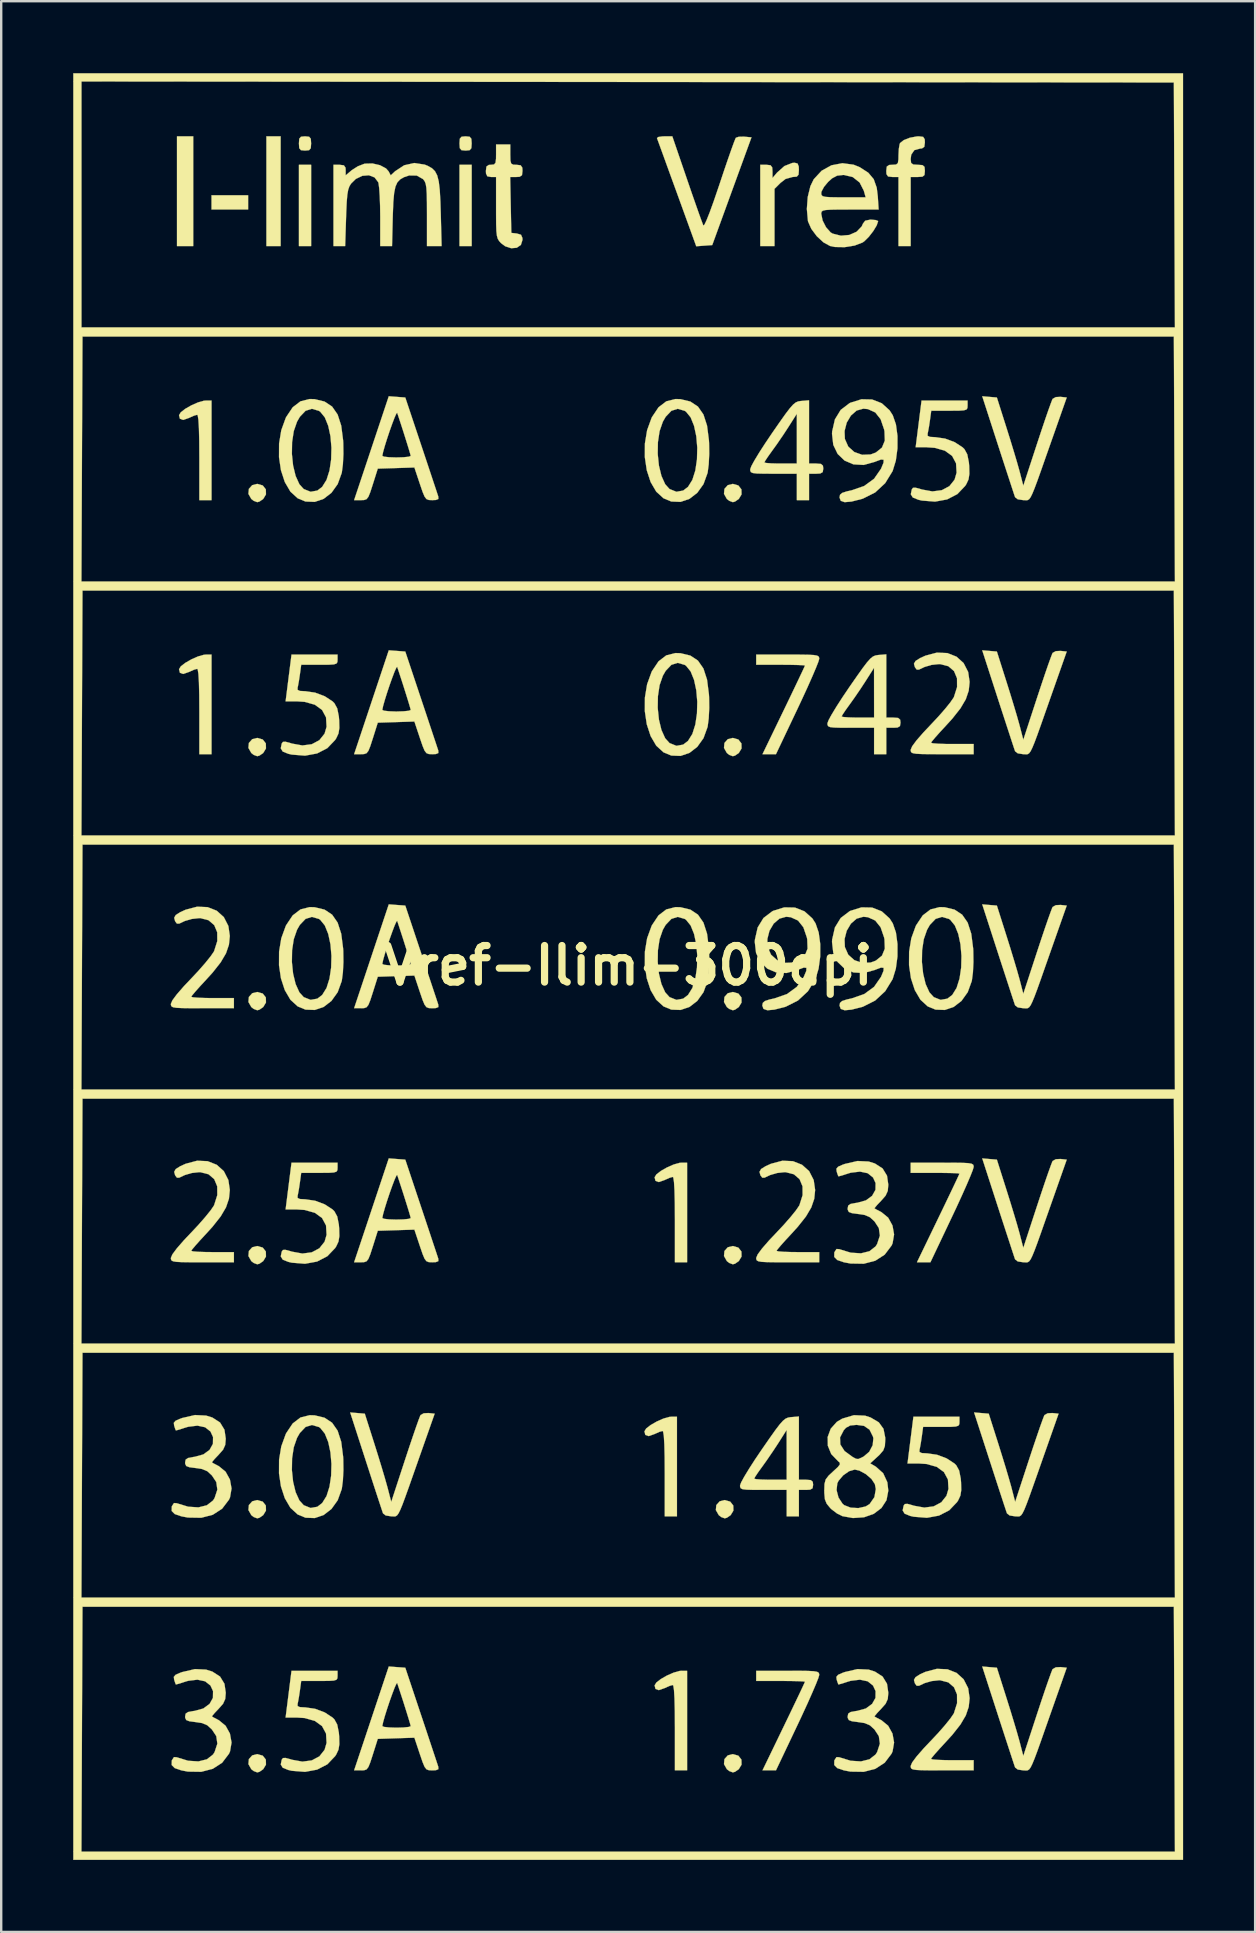
<source format=kicad_pcb>
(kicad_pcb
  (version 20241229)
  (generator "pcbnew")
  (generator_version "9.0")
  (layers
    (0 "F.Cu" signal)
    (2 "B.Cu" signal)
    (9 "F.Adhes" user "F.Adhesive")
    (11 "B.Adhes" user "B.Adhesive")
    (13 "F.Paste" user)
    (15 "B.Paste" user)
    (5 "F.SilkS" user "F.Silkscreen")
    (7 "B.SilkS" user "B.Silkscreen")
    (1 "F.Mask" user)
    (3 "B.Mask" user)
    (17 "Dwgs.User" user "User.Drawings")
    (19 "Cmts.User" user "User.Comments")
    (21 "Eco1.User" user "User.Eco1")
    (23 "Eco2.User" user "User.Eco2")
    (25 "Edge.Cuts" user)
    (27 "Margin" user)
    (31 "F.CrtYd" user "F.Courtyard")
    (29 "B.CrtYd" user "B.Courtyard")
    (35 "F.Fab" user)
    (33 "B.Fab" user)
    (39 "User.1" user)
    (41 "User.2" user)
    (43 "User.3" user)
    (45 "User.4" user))
  (footprint "Vref-Ilim-300dpi"
    (layer "F.Cu")
    (at 23.119 37.174)
    (property "Reference" "Vref-Ilim-300dpi" (at 0 0 0) (layer "F.SilkS") (effects (font (size 1.524 1.524) (thickness 0.3))))
    (attr through_hole)
    (fp_poly (pts (xy -18.119 -29.972) (xy -18.796 -29.972) (xy -18.796 -34.544) (xy -18.119 -34.544) (xy -18.119 -29.972)) (stroke (width 0.01) (type solid)) (fill yes) (layer "F.SilkS"))
    (fp_poly (pts (xy -15.833 -31.496) (xy -17.357 -31.496) (xy -17.357 -32.089) (xy -15.833 -32.089) (xy -15.833 -31.496)) (stroke (width 0.01) (type solid)) (fill yes) (layer "F.SilkS"))
    (fp_poly (pts (xy -14.478 -29.972) (xy -15.071 -29.972) (xy -15.071 -34.544) (xy -14.478 -34.544) (xy -14.478 -29.972)) (stroke (width 0.01) (type solid)) (fill yes) (layer "F.SilkS"))
    (fp_poly (pts (xy -13.208 -29.972) (xy -13.716 -29.972) (xy -13.716 -33.359) (xy -13.208 -33.359) (xy -13.208 -29.972)) (stroke (width 0.01) (type solid)) (fill yes) (layer "F.SilkS"))
    (fp_poly (pts (xy -6.519 -29.972) (xy -7.027 -29.972) (xy -7.027 -33.359) (xy -6.519 -33.359) (xy -6.519 -29.972)) (stroke (width 0.01) (type solid)) (fill yes) (layer "F.SilkS"))
    (fp_poly (pts (xy -15.222 -20) (xy -15.094 -19.837) (xy -15.089 -19.626) (xy -15.204 -19.437) (xy -15.36 -19.329) (xy -15.452 -19.304) (xy -15.6 -19.36) (xy -15.7 -19.437) (xy -15.82 -19.649) (xy -15.801 -19.858) (xy -15.662 -20.013) (xy -15.452 -20.066) (xy -15.222 -20)) (stroke (width 0.01) (type solid)) (fill yes) (layer "F.SilkS"))
    (fp_poly (pts (xy -15.222 -9.417) (xy -15.094 -9.254) (xy -15.089 -9.043) (xy -15.204 -8.854) (xy -15.36 -8.746) (xy -15.452 -8.721) (xy -15.6 -8.776) (xy -15.7 -8.854) (xy -15.82 -9.066) (xy -15.801 -9.274) (xy -15.662 -9.43) (xy -15.452 -9.483) (xy -15.222 -9.417)) (stroke (width 0.01) (type solid)) (fill yes) (layer "F.SilkS"))
    (fp_poly (pts (xy -15.222 1.166) (xy -15.094 1.33) (xy -15.089 1.541) (xy -15.204 1.73) (xy -15.36 1.838) (xy -15.452 1.863) (xy -15.6 1.807) (xy -15.7 1.73) (xy -15.82 1.518) (xy -15.801 1.309) (xy -15.662 1.154) (xy -15.452 1.101) (xy -15.222 1.166)) (stroke (width 0.01) (type solid)) (fill yes) (layer "F.SilkS"))
    (fp_poly (pts (xy -15.222 11.75) (xy -15.094 11.913) (xy -15.089 12.124) (xy -15.204 12.313) (xy -15.36 12.421) (xy -15.452 12.446) (xy -15.6 12.39) (xy -15.7 12.313) (xy -15.82 12.101) (xy -15.801 11.892) (xy -15.662 11.737) (xy -15.452 11.684) (xy -15.222 11.75)) (stroke (width 0.01) (type solid)) (fill yes) (layer "F.SilkS"))
    (fp_poly (pts (xy -15.222 22.333) (xy -15.094 22.496) (xy -15.089 22.707) (xy -15.204 22.896) (xy -15.36 23.004) (xy -15.452 23.029) (xy -15.6 22.974) (xy -15.7 22.896) (xy -15.82 22.684) (xy -15.801 22.476) (xy -15.662 22.32) (xy -15.452 22.267) (xy -15.222 22.333)) (stroke (width 0.01) (type solid)) (fill yes) (layer "F.SilkS"))
    (fp_poly (pts (xy -15.222 32.916) (xy -15.094 33.08) (xy -15.089 33.291) (xy -15.204 33.48) (xy -15.36 33.588) (xy -15.452 33.613) (xy -15.6 33.557) (xy -15.7 33.48) (xy -15.82 33.268) (xy -15.801 33.059) (xy -15.662 32.904) (xy -15.452 32.851) (xy -15.222 32.916)) (stroke (width 0.01) (type solid)) (fill yes) (layer "F.SilkS"))
    (fp_poly (pts (xy -13.291 -34.527) (xy -13.221 -34.444) (xy -13.208 -34.248) (xy -13.222 -34.049) (xy -13.294 -33.967) (xy -13.462 -33.951) (xy -13.633 -33.968) (xy -13.703 -34.052) (xy -13.716 -34.248) (xy -13.702 -34.447) (xy -13.63 -34.528) (xy -13.462 -34.544) (xy -13.291 -34.527)) (stroke (width 0.01) (type solid)) (fill yes) (layer "F.SilkS"))
    (fp_poly (pts (xy -6.603 -34.527) (xy -6.533 -34.444) (xy -6.519 -34.248) (xy -6.533 -34.049) (xy -6.605 -33.967) (xy -6.773 -33.951) (xy -6.944 -33.968) (xy -7.014 -34.052) (xy -7.027 -34.248) (xy -7.013 -34.447) (xy -6.941 -34.528) (xy -6.773 -34.544) (xy -6.603 -34.527)) (stroke (width 0.01) (type solid)) (fill yes) (layer "F.SilkS"))
    (fp_poly (pts (xy 4.252 22.333) (xy 4.379 22.496) (xy 4.384 22.707) (xy 4.27 22.896) (xy 4.114 23.004) (xy 4.022 23.029) (xy 3.873 22.974) (xy 3.774 22.896) (xy 3.653 22.684) (xy 3.672 22.476) (xy 3.812 22.32) (xy 4.022 22.267) (xy 4.252 22.333)) (stroke (width 0.01) (type solid)) (fill yes) (layer "F.SilkS"))
    (fp_poly (pts (xy 4.59 -20) (xy 4.718 -19.837) (xy 4.723 -19.626) (xy 4.608 -19.437) (xy 4.452 -19.329) (xy 4.36 -19.304) (xy 4.212 -19.36) (xy 4.112 -19.437) (xy 3.992 -19.649) (xy 4.011 -19.858) (xy 4.15 -20.013) (xy 4.36 -20.066) (xy 4.59 -20)) (stroke (width 0.01) (type solid)) (fill yes) (layer "F.SilkS"))
    (fp_poly (pts (xy 4.59 -9.417) (xy 4.718 -9.254) (xy 4.723 -9.043) (xy 4.608 -8.854) (xy 4.452 -8.746) (xy 4.36 -8.721) (xy 4.212 -8.776) (xy 4.112 -8.854) (xy 3.992 -9.066) (xy 4.011 -9.274) (xy 4.15 -9.43) (xy 4.36 -9.483) (xy 4.59 -9.417)) (stroke (width 0.01) (type solid)) (fill yes) (layer "F.SilkS"))
    (fp_poly (pts (xy 4.59 1.166) (xy 4.718 1.33) (xy 4.723 1.541) (xy 4.608 1.73) (xy 4.452 1.838) (xy 4.36 1.863) (xy 4.212 1.807) (xy 4.112 1.73) (xy 3.992 1.518) (xy 4.011 1.309) (xy 4.15 1.154) (xy 4.36 1.101) (xy 4.59 1.166)) (stroke (width 0.01) (type solid)) (fill yes) (layer "F.SilkS"))
    (fp_poly (pts (xy 4.59 11.75) (xy 4.718 11.913) (xy 4.723 12.124) (xy 4.608 12.313) (xy 4.452 12.421) (xy 4.36 12.446) (xy 4.212 12.39) (xy 4.112 12.313) (xy 3.992 12.101) (xy 4.011 11.892) (xy 4.15 11.737) (xy 4.36 11.684) (xy 4.59 11.75)) (stroke (width 0.01) (type solid)) (fill yes) (layer "F.SilkS"))
    (fp_poly (pts (xy 4.59 32.916) (xy 4.718 33.08) (xy 4.723 33.291) (xy 4.608 33.48) (xy 4.452 33.588) (xy 4.36 33.613) (xy 4.212 33.557) (xy 4.112 33.48) (xy 3.992 33.268) (xy 4.011 33.059) (xy 4.15 32.904) (xy 4.36 32.851) (xy 4.59 32.916)) (stroke (width 0.01) (type solid)) (fill yes) (layer "F.SilkS"))
    (fp_poly (pts (xy -17.357 -19.389) (xy -17.865 -19.389) (xy -17.865 -21.167) (xy -17.869 -21.857) (xy -17.882 -22.379) (xy -17.903 -22.732) (xy -17.932 -22.916) (xy -17.954 -22.945) (xy -18.085 -22.908) (xy -18.282 -22.821) (xy -18.295 -22.814) (xy -18.536 -22.73) (xy -18.674 -22.781) (xy -18.711 -22.928) (xy -18.638 -23.048) (xy -18.451 -23.193) (xy -18.197 -23.338) (xy -17.923 -23.459) (xy -17.677 -23.529) (xy -17.588 -23.537) (xy -17.357 -23.537) (xy -17.357 -19.389)) (stroke (width 0.01) (type solid)) (fill yes) (layer "F.SilkS"))
    (fp_poly (pts (xy -17.357 -8.805) (xy -17.865 -8.805) (xy -17.865 -10.583) (xy -17.869 -11.274) (xy -17.882 -11.796) (xy -17.903 -12.148) (xy -17.932 -12.332) (xy -17.954 -12.361) (xy -18.085 -12.325) (xy -18.282 -12.237) (xy -18.295 -12.231) (xy -18.536 -12.147) (xy -18.674 -12.197) (xy -18.711 -12.345) (xy -18.638 -12.464) (xy -18.451 -12.609) (xy -18.197 -12.755) (xy -17.923 -12.876) (xy -17.677 -12.946) (xy -17.588 -12.954) (xy -17.357 -12.954) (xy -17.357 -8.805)) (stroke (width 0.01) (type solid)) (fill yes) (layer "F.SilkS"))
    (fp_poly (pts (xy 2.032 22.945) (xy 1.524 22.945) (xy 1.524 21.167) (xy 1.52 20.476) (xy 1.507 19.954) (xy 1.486 19.602) (xy 1.456 19.418) (xy 1.435 19.389) (xy 1.304 19.425) (xy 1.107 19.513) (xy 1.094 19.519) (xy 0.853 19.603) (xy 0.714 19.553) (xy 0.678 19.405) (xy 0.75 19.286) (xy 0.937 19.141) (xy 1.192 18.995) (xy 1.465 18.874) (xy 1.712 18.804) (xy 1.801 18.796) (xy 2.032 18.796) (xy 2.032 22.945)) (stroke (width 0.01) (type solid)) (fill yes) (layer "F.SilkS"))
    (fp_poly (pts (xy 2.455 12.361) (xy 1.947 12.361) (xy 1.947 10.583) (xy 1.943 9.893) (xy 1.93 9.371) (xy 1.909 9.018) (xy 1.88 8.834) (xy 1.858 8.805) (xy 1.727 8.842) (xy 1.53 8.929) (xy 1.517 8.936) (xy 1.276 9.02) (xy 1.138 8.969) (xy 1.101 8.822) (xy 1.174 8.702) (xy 1.361 8.557) (xy 1.615 8.412) (xy 1.889 8.291) (xy 2.135 8.221) (xy 2.224 8.213) (xy 2.455 8.213) (xy 2.455 12.361)) (stroke (width 0.01) (type solid)) (fill yes) (layer "F.SilkS"))
    (fp_poly (pts (xy 2.455 33.528) (xy 1.947 33.528) (xy 1.947 31.75) (xy 1.943 31.059) (xy 1.93 30.538) (xy 1.909 30.185) (xy 1.88 30.001) (xy 1.858 29.972) (xy 1.727 30.008) (xy 1.53 30.096) (xy 1.517 30.102) (xy 1.276 30.186) (xy 1.138 30.136) (xy 1.101 29.988) (xy 1.174 29.869) (xy 1.361 29.724) (xy 1.615 29.578) (xy 1.889 29.458) (xy 2.135 29.388) (xy 2.224 29.379) (xy 2.455 29.379) (xy 2.455 33.528)) (stroke (width 0.01) (type solid)) (fill yes) (layer "F.SilkS"))
    (fp_poly (pts (xy 7.057 -33.412) (xy 7.106 -33.288) (xy 7.112 -33.147) (xy 7.098 -32.948) (xy 7.026 -32.866) (xy 6.851 -32.851) (xy 6.556 -32.769) (xy 6.343 -32.603) (xy 6.096 -32.356) (xy 6.096 -29.972) (xy 5.503 -29.972) (xy 5.503 -33.359) (xy 5.757 -33.359) (xy 5.932 -33.34) (xy 6.001 -33.249) (xy 6.012 -33.084) (xy 6.012 -32.808) (xy 6.202 -33.033) (xy 6.51 -33.307) (xy 6.838 -33.436) (xy 6.937 -33.443) (xy 7.057 -33.412)) (stroke (width 0.01) (type solid)) (fill yes) (layer "F.SilkS"))
    (fp_poly (pts (xy 7.143 -12.953) (xy 7.496 -12.948) (xy 7.729 -12.936) (xy 7.867 -12.913) (xy 7.934 -12.876) (xy 7.957 -12.821) (xy 7.959 -12.777) (xy 7.923 -12.654) (xy 7.824 -12.402) (xy 7.671 -12.043) (xy 7.475 -11.601) (xy 7.244 -11.099) (xy 7.058 -10.703) (xy 6.157 -8.805) (xy 5.596 -8.805) (xy 6.481 -10.636) (xy 6.728 -11.148) (xy 6.948 -11.608) (xy 7.132 -11.994) (xy 7.269 -12.284) (xy 7.349 -12.458) (xy 7.366 -12.499) (xy 7.287 -12.511) (xy 7.071 -12.521) (xy 6.751 -12.528) (xy 6.36 -12.531) (xy 6.35 -12.531) (xy 5.334 -12.531) (xy 5.334 -12.954) (xy 6.646 -12.954) (xy 7.143 -12.953)) (stroke (width 0.01) (type solid)) (fill yes) (layer "F.SilkS"))
    (fp_poly (pts (xy 7.143 29.38) (xy 7.496 29.385) (xy 7.729 29.398) (xy 7.867 29.421) (xy 7.934 29.458) (xy 7.957 29.512) (xy 7.959 29.556) (xy 7.923 29.679) (xy 7.824 29.932) (xy 7.671 30.29) (xy 7.475 30.732) (xy 7.244 31.234) (xy 7.058 31.63) (xy 6.157 33.528) (xy 5.596 33.528) (xy 6.481 31.697) (xy 6.728 31.185) (xy 6.948 30.725) (xy 7.132 30.34) (xy 7.269 30.049) (xy 7.349 29.875) (xy 7.366 29.834) (xy 7.287 29.822) (xy 7.071 29.812) (xy 6.751 29.805) (xy 6.36 29.803) (xy 6.35 29.803) (xy 5.334 29.803) (xy 5.334 29.379) (xy 6.646 29.379) (xy 7.143 29.38)) (stroke (width 0.01) (type solid)) (fill yes) (layer "F.SilkS"))
    (fp_poly (pts (xy 13.578 8.214) (xy 13.931 8.219) (xy 14.163 8.231) (xy 14.301 8.254) (xy 14.369 8.291) (xy 14.391 8.346) (xy 14.393 8.389) (xy 14.358 8.513) (xy 14.259 8.765) (xy 14.106 9.124) (xy 13.909 9.566) (xy 13.679 10.068) (xy 13.492 10.464) (xy 12.592 12.361) (xy 12.031 12.361) (xy 12.916 10.53) (xy 13.163 10.018) (xy 13.383 9.559) (xy 13.567 9.173) (xy 13.704 8.883) (xy 13.784 8.709) (xy 13.801 8.668) (xy 13.721 8.655) (xy 13.506 8.645) (xy 13.186 8.639) (xy 12.795 8.636) (xy 12.785 8.636) (xy 11.769 8.636) (xy 11.769 8.213) (xy 13.081 8.213) (xy 13.578 8.214)) (stroke (width 0.01) (type solid)) (fill yes) (layer "F.SilkS"))
    (fp_poly (pts (xy 2.455 -32.745) (xy 2.636 -32.218) (xy 2.802 -31.742) (xy 2.943 -31.341) (xy 3.052 -31.039) (xy 3.119 -30.861) (xy 3.133 -30.828) (xy 3.178 -30.866) (xy 3.267 -31.054) (xy 3.396 -31.378) (xy 3.559 -31.827) (xy 3.75 -32.386) (xy 3.81 -32.563) (xy 3.987 -33.095) (xy 4.151 -33.574) (xy 4.291 -33.975) (xy 4.4 -34.275) (xy 4.469 -34.451) (xy 4.487 -34.486) (xy 4.606 -34.526) (xy 4.815 -34.531) (xy 4.843 -34.529) (xy 5.137 -34.502) (xy 4.319 -32.258) (xy 3.502 -30.014) (xy 3.169 -29.99) (xy 2.836 -29.965) (xy 2.032 -32.182) (xy 1.821 -32.761) (xy 1.629 -33.29) (xy 1.464 -33.746) (xy 1.332 -34.108) (xy 1.242 -34.356) (xy 1.201 -34.468) (xy 1.199 -34.471) (xy 1.256 -34.517) (xy 1.43 -34.542) (xy 1.505 -34.544) (xy 1.839 -34.544) (xy 2.455 -32.745)) (stroke (width 0.01) (type solid)) (fill yes) (layer "F.SilkS"))
    (fp_poly (pts (xy -11.277 18.643) (xy -10.972 18.669) (xy -10.568 19.939) (xy -10.414 20.43) (xy -10.266 20.915) (xy -10.137 21.349) (xy -10.042 21.685) (xy -10.017 21.777) (xy -9.87 22.344) (xy -9.296 20.591) (xy -9.124 20.071) (xy -8.966 19.602) (xy -8.83 19.208) (xy -8.726 18.916) (xy -8.661 18.751) (xy -8.649 18.726) (xy -8.515 18.652) (xy -8.319 18.642) (xy -8.061 18.669) (xy -8.687 20.447) (xy -8.933 21.146) (xy -9.128 21.701) (xy -9.282 22.13) (xy -9.4 22.449) (xy -9.492 22.673) (xy -9.565 22.819) (xy -9.626 22.903) (xy -9.683 22.942) (xy -9.744 22.951) (xy -9.817 22.947) (xy -9.873 22.945) (xy -10.1 22.91) (xy -10.212 22.823) (xy -10.25 22.712) (xy -10.332 22.463) (xy -10.452 22.099) (xy -10.601 21.643) (xy -10.771 21.119) (xy -10.92 20.66) (xy -11.581 18.618) (xy -11.277 18.643)) (stroke (width 0.01) (type solid)) (fill yes) (layer "F.SilkS"))
    (fp_poly (pts (xy 12.289 -34.522) (xy 12.354 -34.422) (xy 12.361 -34.29) (xy 12.337 -34.107) (xy 12.24 -34.041) (xy 12.167 -34.036) (xy 11.924 -33.971) (xy 11.792 -33.779) (xy 11.769 -33.596) (xy 11.787 -33.436) (xy 11.876 -33.371) (xy 12.065 -33.359) (xy 12.264 -33.345) (xy 12.346 -33.273) (xy 12.361 -33.105) (xy 12.345 -32.934) (xy 12.261 -32.864) (xy 12.065 -32.851) (xy 11.769 -32.851) (xy 11.769 -29.972) (xy 11.261 -29.972) (xy 11.261 -32.851) (xy 11.007 -32.851) (xy 10.827 -32.872) (xy 10.76 -32.971) (xy 10.753 -33.105) (xy 10.774 -33.285) (xy 10.873 -33.351) (xy 11.007 -33.359) (xy 11.16 -33.369) (xy 11.235 -33.429) (xy 11.259 -33.584) (xy 11.262 -33.761) (xy 11.275 -34.021) (xy 11.308 -34.216) (xy 11.327 -34.264) (xy 11.48 -34.386) (xy 11.735 -34.486) (xy 12.025 -34.54) (xy 12.113 -34.544) (xy 12.289 -34.522)) (stroke (width 0.01) (type solid)) (fill yes) (layer "F.SilkS"))
    (fp_poly (pts (xy 14.716 18.643) (xy 15.021 18.669) (xy 15.425 19.939) (xy 15.578 20.43) (xy 15.727 20.915) (xy 15.855 21.349) (xy 15.951 21.685) (xy 15.975 21.777) (xy 16.122 22.344) (xy 16.696 20.591) (xy 16.868 20.071) (xy 17.027 19.602) (xy 17.162 19.208) (xy 17.267 18.916) (xy 17.331 18.751) (xy 17.344 18.726) (xy 17.478 18.652) (xy 17.674 18.642) (xy 17.931 18.669) (xy 17.305 20.447) (xy 17.06 21.146) (xy 16.864 21.701) (xy 16.711 22.13) (xy 16.592 22.449) (xy 16.501 22.673) (xy 16.428 22.819) (xy 16.367 22.903) (xy 16.31 22.942) (xy 16.248 22.951) (xy 16.176 22.947) (xy 16.119 22.945) (xy 15.892 22.91) (xy 15.781 22.823) (xy 15.743 22.712) (xy 15.66 22.463) (xy 15.541 22.099) (xy 15.392 21.643) (xy 15.222 21.119) (xy 15.073 20.66) (xy 14.411 18.618) (xy 14.716 18.643)) (stroke (width 0.01) (type solid)) (fill yes) (layer "F.SilkS"))
    (fp_poly (pts (xy 15.055 -23.69) (xy 15.36 -23.664) (xy 15.763 -22.394) (xy 15.917 -21.903) (xy 16.065 -21.418) (xy 16.194 -20.985) (xy 16.289 -20.649) (xy 16.314 -20.557) (xy 16.461 -19.989) (xy 17.035 -21.742) (xy 17.207 -22.262) (xy 17.365 -22.732) (xy 17.501 -23.125) (xy 17.606 -23.417) (xy 17.67 -23.583) (xy 17.682 -23.607) (xy 17.816 -23.682) (xy 18.013 -23.692) (xy 18.27 -23.664) (xy 17.644 -21.886) (xy 17.398 -21.188) (xy 17.203 -20.632) (xy 17.05 -20.203) (xy 16.931 -19.885) (xy 16.839 -19.66) (xy 16.767 -19.514) (xy 16.706 -19.43) (xy 16.648 -19.392) (xy 16.587 -19.383) (xy 16.514 -19.387) (xy 16.458 -19.389) (xy 16.231 -19.423) (xy 16.119 -19.51) (xy 16.081 -19.621) (xy 15.999 -19.871) (xy 15.88 -20.235) (xy 15.731 -20.69) (xy 15.56 -21.214) (xy 15.411 -21.674) (xy 14.75 -23.716) (xy 15.055 -23.69)) (stroke (width 0.01) (type solid)) (fill yes) (layer "F.SilkS"))
    (fp_poly (pts (xy 15.055 -13.107) (xy 15.36 -13.081) (xy 15.763 -11.811) (xy 15.917 -11.32) (xy 16.065 -10.835) (xy 16.194 -10.401) (xy 16.289 -10.065) (xy 16.314 -9.973) (xy 16.461 -9.406) (xy 17.035 -11.159) (xy 17.207 -11.679) (xy 17.365 -12.148) (xy 17.501 -12.542) (xy 17.606 -12.834) (xy 17.67 -12.999) (xy 17.682 -13.024) (xy 17.816 -13.098) (xy 18.013 -13.108) (xy 18.27 -13.081) (xy 17.644 -11.303) (xy 17.398 -10.604) (xy 17.203 -10.049) (xy 17.05 -9.62) (xy 16.931 -9.301) (xy 16.839 -9.077) (xy 16.767 -8.931) (xy 16.706 -8.847) (xy 16.648 -8.808) (xy 16.587 -8.799) (xy 16.514 -8.803) (xy 16.458 -8.805) (xy 16.231 -8.84) (xy 16.119 -8.927) (xy 16.081 -9.038) (xy 15.999 -9.287) (xy 15.88 -9.651) (xy 15.731 -10.107) (xy 15.56 -10.631) (xy 15.411 -11.09) (xy 14.75 -13.132) (xy 15.055 -13.107)) (stroke (width 0.01) (type solid)) (fill yes) (layer "F.SilkS"))
    (fp_poly (pts (xy 15.055 -2.523) (xy 15.36 -2.498) (xy 15.763 -1.228) (xy 15.917 -0.737) (xy 16.065 -0.251) (xy 16.194 0.182) (xy 16.289 0.518) (xy 16.314 0.61) (xy 16.461 1.178) (xy 17.035 -0.575) (xy 17.207 -1.096) (xy 17.365 -1.565) (xy 17.501 -1.958) (xy 17.606 -2.25) (xy 17.67 -2.416) (xy 17.682 -2.44) (xy 17.816 -2.515) (xy 18.013 -2.525) (xy 18.27 -2.498) (xy 17.644 -0.72) (xy 17.398 -0.021) (xy 17.203 0.535) (xy 17.05 0.964) (xy 16.931 1.282) (xy 16.839 1.506) (xy 16.767 1.652) (xy 16.706 1.736) (xy 16.648 1.775) (xy 16.587 1.784) (xy 16.514 1.78) (xy 16.458 1.778) (xy 16.231 1.744) (xy 16.119 1.657) (xy 16.081 1.545) (xy 15.999 1.296) (xy 15.88 0.932) (xy 15.731 0.476) (xy 15.56 -0.048) (xy 15.411 -0.507) (xy 14.75 -2.549) (xy 15.055 -2.523)) (stroke (width 0.01) (type solid)) (fill yes) (layer "F.SilkS"))
    (fp_poly (pts (xy 15.055 8.06) (xy 15.36 8.086) (xy 15.763 9.356) (xy 15.917 9.847) (xy 16.065 10.332) (xy 16.194 10.765) (xy 16.289 11.101) (xy 16.314 11.193) (xy 16.461 11.761) (xy 17.035 10.008) (xy 17.207 9.488) (xy 17.365 9.018) (xy 17.501 8.625) (xy 17.606 8.333) (xy 17.67 8.167) (xy 17.682 8.143) (xy 17.816 8.068) (xy 18.013 8.058) (xy 18.27 8.086) (xy 17.644 9.864) (xy 17.398 10.562) (xy 17.203 11.118) (xy 17.05 11.547) (xy 16.931 11.865) (xy 16.839 12.09) (xy 16.767 12.236) (xy 16.706 12.32) (xy 16.648 12.358) (xy 16.587 12.367) (xy 16.514 12.363) (xy 16.458 12.361) (xy 16.231 12.327) (xy 16.119 12.24) (xy 16.081 12.129) (xy 15.999 11.879) (xy 15.88 11.515) (xy 15.731 11.06) (xy 15.56 10.536) (xy 15.411 10.076) (xy 14.75 8.034) (xy 15.055 8.06)) (stroke (width 0.01) (type solid)) (fill yes) (layer "F.SilkS"))
    (fp_poly (pts (xy 15.055 29.227) (xy 15.36 29.252) (xy 15.763 30.522) (xy 15.917 31.013) (xy 16.065 31.499) (xy 16.194 31.932) (xy 16.289 32.268) (xy 16.314 32.36) (xy 16.461 32.928) (xy 17.035 31.175) (xy 17.207 30.654) (xy 17.365 30.185) (xy 17.501 29.792) (xy 17.606 29.5) (xy 17.67 29.334) (xy 17.682 29.31) (xy 17.816 29.235) (xy 18.013 29.225) (xy 18.27 29.252) (xy 17.644 31.03) (xy 17.398 31.729) (xy 17.203 32.285) (xy 17.05 32.714) (xy 16.931 33.032) (xy 16.839 33.256) (xy 16.767 33.402) (xy 16.706 33.486) (xy 16.648 33.525) (xy 16.587 33.534) (xy 16.514 33.53) (xy 16.458 33.528) (xy 16.231 33.494) (xy 16.119 33.407) (xy 16.081 33.295) (xy 15.999 33.046) (xy 15.88 32.682) (xy 15.731 32.226) (xy 15.56 31.702) (xy 15.411 31.243) (xy 14.75 29.201) (xy 15.055 29.227)) (stroke (width 0.01) (type solid)) (fill yes) (layer "F.SilkS"))
    (fp_poly (pts (xy -4.911 -33.782) (xy -4.905 -33.531) (xy -4.871 -33.406) (xy -4.782 -33.363) (xy -4.657 -33.359) (xy -4.477 -33.338) (xy -4.41 -33.239) (xy -4.403 -33.105) (xy -4.423 -32.925) (xy -4.521 -32.859) (xy -4.659 -32.851) (xy -4.915 -32.851) (xy -4.892 -31.686) (xy -4.868 -30.522) (xy -4.636 -30.496) (xy -4.464 -30.445) (xy -4.406 -30.31) (xy -4.403 -30.229) (xy -4.469 -30.021) (xy -4.64 -29.903) (xy -4.872 -29.883) (xy -5.124 -29.965) (xy -5.296 -30.095) (xy -5.375 -30.182) (xy -5.432 -30.275) (xy -5.468 -30.404) (xy -5.49 -30.599) (xy -5.5 -30.888) (xy -5.503 -31.302) (xy -5.503 -31.577) (xy -5.503 -32.851) (xy -5.715 -32.851) (xy -5.866 -32.878) (xy -5.922 -32.994) (xy -5.927 -33.105) (xy -5.904 -33.286) (xy -5.807 -33.353) (xy -5.715 -33.359) (xy -5.589 -33.372) (xy -5.527 -33.442) (xy -5.505 -33.612) (xy -5.503 -33.782) (xy -5.503 -34.205) (xy -4.911 -34.205) (xy -4.911 -33.782)) (stroke (width 0.01) (type solid)) (fill yes) (layer "F.SilkS"))
    (fp_poly (pts (xy 7.112 21.421) (xy 7.408 21.421) (xy 7.609 21.436) (xy 7.691 21.508) (xy 7.705 21.632) (xy 7.683 21.775) (xy 7.583 21.834) (xy 7.408 21.844) (xy 7.112 21.844) (xy 7.112 22.945) (xy 6.604 22.945) (xy 6.604 21.844) (xy 5.63 21.844) (xy 5.213 21.843) (xy 4.936 21.835) (xy 4.771 21.816) (xy 4.69 21.778) (xy 4.663 21.718) (xy 4.661 21.654) (xy 4.709 21.526) (xy 4.792 21.375) (xy 5.249 21.375) (xy 5.327 21.396) (xy 5.535 21.412) (xy 5.831 21.42) (xy 5.927 21.421) (xy 6.604 21.421) (xy 6.603 20.384) (xy 6.602 19.346) (xy 6.264 19.88) (xy 6.033 20.232) (xy 5.777 20.606) (xy 5.587 20.872) (xy 5.416 21.109) (xy 5.295 21.29) (xy 5.249 21.375) (xy 4.792 21.375) (xy 4.84 21.286) (xy 5.039 20.959) (xy 5.289 20.57) (xy 5.573 20.151) (xy 5.891 19.692) (xy 6.131 19.354) (xy 6.31 19.119) (xy 6.447 18.966) (xy 6.557 18.877) (xy 6.658 18.833) (xy 6.768 18.814) (xy 6.796 18.812) (xy 7.112 18.786) (xy 7.112 21.421)) (stroke (width 0.01) (type solid)) (fill yes) (layer "F.SilkS"))
    (fp_poly (pts (xy 7.535 -20.913) (xy 7.832 -20.913) (xy 8.032 -20.897) (xy 8.114 -20.826) (xy 8.128 -20.701) (xy 8.106 -20.558) (xy 8.006 -20.499) (xy 7.832 -20.489) (xy 7.535 -20.489) (xy 7.535 -19.389) (xy 7.027 -19.389) (xy 7.027 -20.489) (xy 6.054 -20.489) (xy 5.636 -20.491) (xy 5.359 -20.498) (xy 5.194 -20.518) (xy 5.113 -20.555) (xy 5.086 -20.615) (xy 5.085 -20.68) (xy 5.133 -20.808) (xy 5.215 -20.959) (xy 5.673 -20.959) (xy 5.751 -20.937) (xy 5.958 -20.921) (xy 6.254 -20.913) (xy 6.35 -20.913) (xy 7.027 -20.913) (xy 7.027 -21.95) (xy 7.026 -22.987) (xy 6.687 -22.453) (xy 6.457 -22.101) (xy 6.201 -21.727) (xy 6.01 -21.462) (xy 5.84 -21.224) (xy 5.718 -21.043) (xy 5.673 -20.959) (xy 5.215 -20.959) (xy 5.264 -21.048) (xy 5.462 -21.375) (xy 5.713 -21.763) (xy 5.996 -22.183) (xy 6.314 -22.641) (xy 6.554 -22.979) (xy 6.734 -23.215) (xy 6.87 -23.368) (xy 6.98 -23.457) (xy 7.081 -23.501) (xy 7.192 -23.519) (xy 7.219 -23.521) (xy 7.535 -23.548) (xy 7.535 -20.913)) (stroke (width 0.01) (type solid)) (fill yes) (layer "F.SilkS"))
    (fp_poly (pts (xy 10.753 -10.329) (xy 11.049 -10.329) (xy 11.249 -10.314) (xy 11.331 -10.242) (xy 11.345 -10.118) (xy 11.323 -9.975) (xy 11.224 -9.916) (xy 11.049 -9.906) (xy 10.753 -9.906) (xy 10.753 -8.805) (xy 10.245 -8.805) (xy 10.245 -9.906) (xy 9.271 -9.906) (xy 8.854 -9.907) (xy 8.577 -9.915) (xy 8.412 -9.934) (xy 8.33 -9.972) (xy 8.303 -10.032) (xy 8.302 -10.097) (xy 8.35 -10.224) (xy 8.432 -10.375) (xy 8.89 -10.375) (xy 8.968 -10.354) (xy 9.175 -10.338) (xy 9.472 -10.33) (xy 9.567 -10.329) (xy 10.245 -10.329) (xy 10.244 -11.367) (xy 10.243 -12.404) (xy 9.904 -11.87) (xy 9.674 -11.518) (xy 9.418 -11.144) (xy 9.228 -10.878) (xy 9.057 -10.641) (xy 8.936 -10.46) (xy 8.89 -10.375) (xy 8.432 -10.375) (xy 8.481 -10.464) (xy 8.679 -10.791) (xy 8.93 -11.18) (xy 9.213 -11.599) (xy 9.532 -12.058) (xy 9.772 -12.396) (xy 9.951 -12.631) (xy 10.087 -12.784) (xy 10.197 -12.873) (xy 10.299 -12.917) (xy 10.409 -12.936) (xy 10.436 -12.938) (xy 10.753 -12.964) (xy 10.753 -10.329)) (stroke (width 0.01) (type solid)) (fill yes) (layer "F.SilkS"))
    (fp_poly (pts (xy -12.107 -12.742) (xy -12.113 -12.642) (xy -12.154 -12.58) (xy -12.261 -12.546) (xy -12.467 -12.533) (xy -12.806 -12.531) (xy -12.864 -12.531) (xy -13.621 -12.531) (xy -13.676 -12.129) (xy -13.717 -11.856) (xy -13.757 -11.637) (xy -13.771 -11.578) (xy -13.771 -11.485) (xy -13.676 -11.44) (xy -13.45 -11.428) (xy -13.447 -11.428) (xy -13.043 -11.37) (xy -12.642 -11.219) (xy -12.314 -11.005) (xy -12.238 -10.929) (xy -12.12 -10.713) (xy -12.053 -10.376) (xy -12.04 -10.219) (xy -12.032 -9.896) (xy -12.067 -9.67) (xy -12.158 -9.474) (xy -12.206 -9.398) (xy -12.533 -9.056) (xy -12.959 -8.836) (xy -13.461 -8.744) (xy -14.012 -8.788) (xy -14.161 -8.822) (xy -14.391 -8.915) (xy -14.473 -9.05) (xy -14.432 -9.251) (xy -14.381 -9.318) (xy -14.275 -9.324) (xy -14.066 -9.267) (xy -14.009 -9.248) (xy -13.571 -9.169) (xy -13.181 -9.22) (xy -12.864 -9.389) (xy -12.647 -9.662) (xy -12.564 -9.948) (xy -12.587 -10.34) (xy -12.753 -10.648) (xy -13.052 -10.866) (xy -13.477 -10.985) (xy -13.803 -11.007) (xy -14.271 -11.007) (xy -14.025 -12.954) (xy -12.107 -12.954) (xy -12.107 -12.742)) (stroke (width 0.01) (type solid)) (fill yes) (layer "F.SilkS"))
    (fp_poly (pts (xy 13.801 19.008) (xy 13.795 19.108) (xy 13.754 19.17) (xy 13.647 19.204) (xy 13.441 19.217) (xy 13.102 19.219) (xy 13.044 19.219) (xy 12.287 19.219) (xy 12.232 19.622) (xy 12.191 19.894) (xy 12.151 20.113) (xy 12.137 20.172) (xy 12.137 20.265) (xy 12.232 20.31) (xy 12.458 20.322) (xy 12.461 20.322) (xy 12.865 20.38) (xy 13.266 20.531) (xy 13.594 20.745) (xy 13.67 20.821) (xy 13.788 21.037) (xy 13.855 21.374) (xy 13.868 21.531) (xy 13.876 21.854) (xy 13.841 22.08) (xy 13.75 22.276) (xy 13.702 22.352) (xy 13.375 22.694) (xy 12.949 22.914) (xy 12.447 23.006) (xy 11.896 22.962) (xy 11.748 22.928) (xy 11.517 22.835) (xy 11.435 22.7) (xy 11.476 22.499) (xy 11.527 22.432) (xy 11.633 22.426) (xy 11.842 22.483) (xy 11.899 22.502) (xy 12.337 22.581) (xy 12.727 22.53) (xy 13.044 22.361) (xy 13.261 22.088) (xy 13.344 21.802) (xy 13.321 21.41) (xy 13.155 21.102) (xy 12.856 20.884) (xy 12.431 20.765) (xy 12.105 20.743) (xy 11.637 20.743) (xy 11.883 18.796) (xy 13.801 18.796) (xy 13.801 19.008)) (stroke (width 0.01) (type solid)) (fill yes) (layer "F.SilkS"))
    (fp_poly (pts (xy -12.107 8.424) (xy -12.113 8.525) (xy -12.154 8.587) (xy -12.261 8.62) (xy -12.467 8.634) (xy -12.806 8.636) (xy -12.864 8.636) (xy -13.621 8.636) (xy -13.676 9.038) (xy -13.717 9.311) (xy -13.757 9.53) (xy -13.771 9.588) (xy -13.771 9.682) (xy -13.676 9.726) (xy -13.45 9.739) (xy -13.447 9.739) (xy -13.043 9.797) (xy -12.642 9.948) (xy -12.314 10.162) (xy -12.238 10.238) (xy -12.12 10.453) (xy -12.053 10.791) (xy -12.04 10.948) (xy -12.032 11.271) (xy -12.067 11.496) (xy -12.158 11.692) (xy -12.206 11.769) (xy -12.533 12.11) (xy -12.959 12.331) (xy -13.461 12.423) (xy -14.012 12.379) (xy -14.161 12.344) (xy -14.391 12.251) (xy -14.473 12.117) (xy -14.432 11.916) (xy -14.381 11.848) (xy -14.275 11.843) (xy -14.066 11.9) (xy -14.009 11.918) (xy -13.571 11.998) (xy -13.181 11.947) (xy -12.864 11.778) (xy -12.647 11.505) (xy -12.564 11.218) (xy -12.587 10.827) (xy -12.753 10.518) (xy -13.052 10.301) (xy -13.477 10.182) (xy -13.803 10.16) (xy -14.271 10.16) (xy -14.148 9.186) (xy -14.025 8.213) (xy -12.107 8.213) (xy -12.107 8.424)) (stroke (width 0.01) (type solid)) (fill yes) (layer "F.SilkS"))
    (fp_poly (pts (xy -12.107 29.591) (xy -12.113 29.691) (xy -12.154 29.754) (xy -12.261 29.787) (xy -12.467 29.8) (xy -12.806 29.803) (xy -12.864 29.803) (xy -13.621 29.803) (xy -13.676 30.205) (xy -13.717 30.477) (xy -13.757 30.697) (xy -13.771 30.755) (xy -13.771 30.849) (xy -13.676 30.893) (xy -13.45 30.905) (xy -13.447 30.905) (xy -13.043 30.963) (xy -12.642 31.114) (xy -12.314 31.329) (xy -12.238 31.404) (xy -12.12 31.62) (xy -12.053 31.957) (xy -12.04 32.115) (xy -12.032 32.438) (xy -12.067 32.663) (xy -12.158 32.859) (xy -12.206 32.935) (xy -12.533 33.277) (xy -12.959 33.497) (xy -13.461 33.59) (xy -14.012 33.546) (xy -14.161 33.511) (xy -14.391 33.418) (xy -14.473 33.283) (xy -14.432 33.082) (xy -14.381 33.015) (xy -14.275 33.01) (xy -14.066 33.066) (xy -14.009 33.085) (xy -13.571 33.164) (xy -13.181 33.113) (xy -12.864 32.945) (xy -12.647 32.671) (xy -12.564 32.385) (xy -12.587 31.993) (xy -12.753 31.685) (xy -13.052 31.468) (xy -13.477 31.348) (xy -13.803 31.327) (xy -14.271 31.327) (xy -14.148 30.353) (xy -14.025 29.379) (xy -12.107 29.379) (xy -12.107 29.591)) (stroke (width 0.01) (type solid)) (fill yes) (layer "F.SilkS"))
    (fp_poly (pts (xy 14.139 -23.326) (xy 14.133 -23.225) (xy 14.093 -23.163) (xy 13.986 -23.13) (xy 13.78 -23.116) (xy 13.441 -23.114) (xy 13.383 -23.114) (xy 12.626 -23.114) (xy 12.571 -22.712) (xy 12.53 -22.439) (xy 12.489 -22.22) (xy 12.476 -22.162) (xy 12.476 -22.068) (xy 12.571 -22.024) (xy 12.797 -22.011) (xy 12.8 -22.011) (xy 13.203 -21.953) (xy 13.605 -21.802) (xy 13.932 -21.588) (xy 14.009 -21.512) (xy 14.127 -21.297) (xy 14.194 -20.959) (xy 14.207 -20.802) (xy 14.214 -20.479) (xy 14.18 -20.254) (xy 14.089 -20.058) (xy 14.04 -19.981) (xy 13.714 -19.64) (xy 13.287 -19.419) (xy 12.786 -19.327) (xy 12.235 -19.371) (xy 12.086 -19.406) (xy 11.856 -19.499) (xy 11.774 -19.633) (xy 11.815 -19.834) (xy 11.865 -19.902) (xy 11.972 -19.907) (xy 12.18 -19.85) (xy 12.237 -19.832) (xy 12.675 -19.752) (xy 13.066 -19.803) (xy 13.383 -19.972) (xy 13.599 -20.245) (xy 13.682 -20.532) (xy 13.659 -20.923) (xy 13.494 -21.232) (xy 13.194 -21.449) (xy 12.77 -21.568) (xy 12.444 -21.59) (xy 11.976 -21.59) (xy 12.099 -22.564) (xy 12.222 -23.537) (xy 14.139 -23.537) (xy 14.139 -23.326)) (stroke (width 0.01) (type solid)) (fill yes) (layer "F.SilkS"))
    (fp_poly (pts (xy -13.061 -23.595) (xy -12.65 -23.496) (xy -12.334 -23.287) (xy -12.104 -22.956) (xy -11.954 -22.493) (xy -11.876 -21.886) (xy -11.869 -21.768) (xy -11.863 -21.314) (xy -11.884 -20.884) (xy -11.928 -20.545) (xy -11.934 -20.518) (xy -12.101 -20.057) (xy -12.361 -19.694) (xy -12.687 -19.442) (xy -13.057 -19.316) (xy -13.443 -19.331) (xy -13.767 -19.465) (xy -14.071 -19.743) (xy -14.305 -20.144) (xy -14.465 -20.634) (xy -14.546 -21.18) (xy -14.545 -21.311) (xy -14.009 -21.311) (xy -13.959 -20.83) (xy -13.854 -20.398) (xy -13.699 -20.054) (xy -13.518 -19.852) (xy -13.229 -19.737) (xy -12.948 -19.788) (xy -12.748 -19.941) (xy -12.566 -20.233) (xy -12.442 -20.625) (xy -12.374 -21.083) (xy -12.361 -21.57) (xy -12.402 -22.049) (xy -12.495 -22.483) (xy -12.638 -22.837) (xy -12.83 -23.073) (xy -12.885 -23.109) (xy -13.175 -23.194) (xy -13.439 -23.111) (xy -13.677 -22.861) (xy -13.795 -22.656) (xy -13.931 -22.264) (xy -14.001 -21.803) (xy -14.009 -21.311) (xy -14.545 -21.311) (xy -14.543 -21.747) (xy -14.451 -22.302) (xy -14.266 -22.813) (xy -14.247 -22.851) (xy -13.975 -23.257) (xy -13.652 -23.505) (xy -13.269 -23.601) (xy -13.061 -23.595)) (stroke (width 0.01) (type solid)) (fill yes) (layer "F.SilkS"))
    (fp_poly (pts (xy -13.061 -2.429) (xy -12.65 -2.33) (xy -12.334 -2.121) (xy -12.104 -1.79) (xy -11.954 -1.326) (xy -11.876 -0.719) (xy -11.869 -0.601) (xy -11.863 -0.148) (xy -11.884 0.283) (xy -11.928 0.621) (xy -11.934 0.649) (xy -12.101 1.109) (xy -12.361 1.473) (xy -12.687 1.725) (xy -13.057 1.85) (xy -13.443 1.836) (xy -13.767 1.702) (xy -14.071 1.424) (xy -14.305 1.023) (xy -14.465 0.533) (xy -14.546 -0.013) (xy -14.545 -0.145) (xy -14.009 -0.145) (xy -13.959 0.337) (xy -13.854 0.769) (xy -13.699 1.113) (xy -13.518 1.315) (xy -13.229 1.43) (xy -12.948 1.379) (xy -12.748 1.226) (xy -12.566 0.934) (xy -12.442 0.541) (xy -12.374 0.083) (xy -12.361 -0.403) (xy -12.402 -0.882) (xy -12.495 -1.316) (xy -12.638 -1.67) (xy -12.83 -1.906) (xy -12.885 -1.943) (xy -13.175 -2.027) (xy -13.439 -1.944) (xy -13.677 -1.695) (xy -13.795 -1.49) (xy -13.931 -1.097) (xy -14.001 -0.636) (xy -14.009 -0.145) (xy -14.545 -0.145) (xy -14.543 -0.58) (xy -14.451 -1.136) (xy -14.266 -1.646) (xy -14.247 -1.684) (xy -13.975 -2.09) (xy -13.652 -2.338) (xy -13.269 -2.435) (xy -13.061 -2.429)) (stroke (width 0.01) (type solid)) (fill yes) (layer "F.SilkS"))
    (fp_poly (pts (xy -13.061 18.738) (xy -12.65 18.837) (xy -12.334 19.046) (xy -12.104 19.377) (xy -11.954 19.84) (xy -11.876 20.448) (xy -11.869 20.565) (xy -11.863 21.019) (xy -11.884 21.449) (xy -11.928 21.788) (xy -11.934 21.815) (xy -12.101 22.276) (xy -12.361 22.639) (xy -12.687 22.891) (xy -13.057 23.017) (xy -13.443 23.002) (xy -13.767 22.868) (xy -14.071 22.59) (xy -14.305 22.189) (xy -14.465 21.699) (xy -14.546 21.154) (xy -14.545 21.022) (xy -14.009 21.022) (xy -13.959 21.503) (xy -13.854 21.936) (xy -13.699 22.279) (xy -13.518 22.481) (xy -13.229 22.597) (xy -12.948 22.546) (xy -12.748 22.392) (xy -12.566 22.101) (xy -12.442 21.708) (xy -12.374 21.25) (xy -12.361 20.763) (xy -12.402 20.285) (xy -12.495 19.85) (xy -12.638 19.497) (xy -12.83 19.26) (xy -12.885 19.224) (xy -13.175 19.14) (xy -13.439 19.222) (xy -13.677 19.472) (xy -13.795 19.677) (xy -13.931 20.069) (xy -14.001 20.531) (xy -14.009 21.022) (xy -14.545 21.022) (xy -14.543 20.586) (xy -14.451 20.031) (xy -14.266 19.521) (xy -14.247 19.482) (xy -13.975 19.076) (xy -13.652 18.828) (xy -13.269 18.732) (xy -13.061 18.738)) (stroke (width 0.01) (type solid)) (fill yes) (layer "F.SilkS"))
    (fp_poly (pts (xy 2.179 -23.595) (xy 2.59 -23.496) (xy 2.906 -23.287) (xy 3.136 -22.956) (xy 3.286 -22.493) (xy 3.364 -21.886) (xy 3.371 -21.768) (xy 3.377 -21.314) (xy 3.356 -20.884) (xy 3.312 -20.545) (xy 3.306 -20.518) (xy 3.139 -20.057) (xy 2.879 -19.694) (xy 2.553 -19.442) (xy 2.183 -19.316) (xy 1.797 -19.331) (xy 1.473 -19.465) (xy 1.169 -19.743) (xy 0.935 -20.144) (xy 0.775 -20.634) (xy 0.694 -21.18) (xy 0.695 -21.311) (xy 1.231 -21.311) (xy 1.281 -20.83) (xy 1.386 -20.398) (xy 1.541 -20.054) (xy 1.722 -19.852) (xy 2.011 -19.737) (xy 2.292 -19.788) (xy 2.492 -19.941) (xy 2.674 -20.233) (xy 2.798 -20.625) (xy 2.866 -21.083) (xy 2.879 -21.57) (xy 2.838 -22.049) (xy 2.745 -22.483) (xy 2.602 -22.837) (xy 2.41 -23.073) (xy 2.355 -23.109) (xy 2.065 -23.194) (xy 1.801 -23.111) (xy 1.563 -22.861) (xy 1.445 -22.656) (xy 1.309 -22.264) (xy 1.239 -21.803) (xy 1.231 -21.311) (xy 0.695 -21.311) (xy 0.697 -21.747) (xy 0.789 -22.302) (xy 0.974 -22.813) (xy 0.993 -22.851) (xy 1.265 -23.257) (xy 1.588 -23.505) (xy 1.971 -23.601) (xy 2.179 -23.595)) (stroke (width 0.01) (type solid)) (fill yes) (layer "F.SilkS"))
    (fp_poly (pts (xy 2.179 -13.012) (xy 2.59 -12.913) (xy 2.906 -12.704) (xy 3.136 -12.373) (xy 3.286 -11.91) (xy 3.364 -11.302) (xy 3.371 -11.185) (xy 3.377 -10.731) (xy 3.356 -10.301) (xy 3.312 -9.962) (xy 3.306 -9.935) (xy 3.139 -9.474) (xy 2.879 -9.111) (xy 2.553 -8.859) (xy 2.183 -8.733) (xy 1.797 -8.748) (xy 1.473 -8.882) (xy 1.169 -9.16) (xy 0.935 -9.561) (xy 0.775 -10.051) (xy 0.694 -10.596) (xy 0.695 -10.728) (xy 1.231 -10.728) (xy 1.281 -10.247) (xy 1.386 -9.814) (xy 1.541 -9.471) (xy 1.722 -9.269) (xy 2.011 -9.153) (xy 2.292 -9.204) (xy 2.492 -9.358) (xy 2.674 -9.649) (xy 2.798 -10.042) (xy 2.866 -10.5) (xy 2.879 -10.987) (xy 2.838 -11.465) (xy 2.745 -11.9) (xy 2.602 -12.253) (xy 2.41 -12.49) (xy 2.355 -12.526) (xy 2.065 -12.61) (xy 1.801 -12.528) (xy 1.563 -12.278) (xy 1.445 -12.073) (xy 1.309 -11.681) (xy 1.239 -11.219) (xy 1.231 -10.728) (xy 0.695 -10.728) (xy 0.697 -11.164) (xy 0.789 -11.719) (xy 0.974 -12.229) (xy 0.993 -12.268) (xy 1.265 -12.674) (xy 1.588 -12.922) (xy 1.971 -13.018) (xy 2.179 -13.012)) (stroke (width 0.01) (type solid)) (fill yes) (layer "F.SilkS"))
    (fp_poly (pts (xy 2.179 -2.429) (xy 2.59 -2.33) (xy 2.906 -2.121) (xy 3.136 -1.79) (xy 3.286 -1.326) (xy 3.364 -0.719) (xy 3.371 -0.601) (xy 3.377 -0.148) (xy 3.356 0.283) (xy 3.312 0.621) (xy 3.306 0.649) (xy 3.139 1.109) (xy 2.879 1.473) (xy 2.553 1.725) (xy 2.183 1.85) (xy 1.797 1.836) (xy 1.473 1.702) (xy 1.169 1.424) (xy 0.935 1.023) (xy 0.775 0.533) (xy 0.694 -0.013) (xy 0.695 -0.145) (xy 1.231 -0.145) (xy 1.281 0.337) (xy 1.386 0.769) (xy 1.541 1.113) (xy 1.722 1.315) (xy 2.011 1.43) (xy 2.292 1.379) (xy 2.492 1.226) (xy 2.674 0.934) (xy 2.798 0.541) (xy 2.866 0.083) (xy 2.879 -0.403) (xy 2.838 -0.882) (xy 2.745 -1.316) (xy 2.602 -1.67) (xy 2.41 -1.906) (xy 2.355 -1.943) (xy 2.065 -2.027) (xy 1.801 -1.944) (xy 1.563 -1.695) (xy 1.445 -1.49) (xy 1.309 -1.097) (xy 1.239 -0.636) (xy 1.231 -0.145) (xy 0.695 -0.145) (xy 0.697 -0.58) (xy 0.789 -1.136) (xy 0.974 -1.646) (xy 0.993 -1.684) (xy 1.265 -2.09) (xy 1.588 -2.338) (xy 1.971 -2.435) (xy 2.179 -2.429)) (stroke (width 0.01) (type solid)) (fill yes) (layer "F.SilkS"))
    (fp_poly (pts (xy 13.186 -2.429) (xy 13.596 -2.33) (xy 13.913 -2.121) (xy 14.143 -1.79) (xy 14.293 -1.326) (xy 14.371 -0.719) (xy 14.377 -0.601) (xy 14.383 -0.148) (xy 14.363 0.283) (xy 14.319 0.621) (xy 14.313 0.649) (xy 14.146 1.109) (xy 13.886 1.473) (xy 13.559 1.725) (xy 13.19 1.85) (xy 12.804 1.836) (xy 12.479 1.702) (xy 12.176 1.424) (xy 11.941 1.023) (xy 11.781 0.533) (xy 11.701 -0.013) (xy 11.701 -0.145) (xy 12.237 -0.145) (xy 12.288 0.337) (xy 12.392 0.769) (xy 12.548 1.113) (xy 12.729 1.315) (xy 13.017 1.43) (xy 13.298 1.379) (xy 13.499 1.226) (xy 13.681 0.934) (xy 13.805 0.541) (xy 13.873 0.083) (xy 13.885 -0.403) (xy 13.844 -0.882) (xy 13.752 -1.316) (xy 13.609 -1.67) (xy 13.417 -1.906) (xy 13.362 -1.943) (xy 13.072 -2.027) (xy 12.808 -1.944) (xy 12.57 -1.695) (xy 12.452 -1.49) (xy 12.315 -1.097) (xy 12.245 -0.636) (xy 12.237 -0.145) (xy 11.701 -0.145) (xy 11.704 -0.58) (xy 11.795 -1.136) (xy 11.98 -1.646) (xy 12 -1.684) (xy 12.272 -2.09) (xy 12.595 -2.338) (xy 12.978 -2.435) (xy 13.186 -2.429)) (stroke (width 0.01) (type solid)) (fill yes) (layer "F.SilkS"))
    (fp_poly (pts (xy -17.519 -2.433) (xy -17.14 -2.284) (xy -16.844 -2.017) (xy -16.655 -1.648) (xy -16.595 -1.233) (xy -16.632 -0.867) (xy -16.754 -0.509) (xy -16.977 -0.131) (xy -17.315 0.297) (xy -17.577 0.585) (xy -17.832 0.861) (xy -18.037 1.091) (xy -18.168 1.248) (xy -18.203 1.303) (xy -18.125 1.324) (xy -17.911 1.341) (xy -17.599 1.352) (xy -17.314 1.355) (xy -16.425 1.355) (xy -16.425 1.778) (xy -17.738 1.778) (xy -18.235 1.777) (xy -18.587 1.772) (xy -18.82 1.76) (xy -18.958 1.738) (xy -19.025 1.7) (xy -19.048 1.645) (xy -19.05 1.595) (xy -18.987 1.448) (xy -18.804 1.201) (xy -18.51 0.863) (xy -18.221 0.558) (xy -17.905 0.221) (xy -17.622 -0.102) (xy -17.399 -0.379) (xy -17.263 -0.576) (xy -17.248 -0.605) (xy -17.117 -1.019) (xy -17.12 -1.386) (xy -17.244 -1.683) (xy -17.48 -1.887) (xy -17.817 -1.974) (xy -17.872 -1.975) (xy -18.178 -1.941) (xy -18.465 -1.858) (xy -18.518 -1.834) (xy -18.702 -1.747) (xy -18.798 -1.746) (xy -18.866 -1.835) (xy -18.876 -1.853) (xy -18.913 -1.99) (xy -18.847 -2.106) (xy -18.655 -2.227) (xy -18.432 -2.327) (xy -17.957 -2.452) (xy -17.519 -2.433)) (stroke (width 0.01) (type solid)) (fill yes) (layer "F.SilkS"))
    (fp_poly (pts (xy -17.519 8.15) (xy -17.14 8.3) (xy -16.844 8.566) (xy -16.655 8.936) (xy -16.595 9.35) (xy -16.632 9.716) (xy -16.754 10.074) (xy -16.977 10.453) (xy -17.315 10.88) (xy -17.577 11.169) (xy -17.832 11.444) (xy -18.037 11.674) (xy -18.168 11.831) (xy -18.203 11.886) (xy -18.125 11.908) (xy -17.911 11.925) (xy -17.599 11.935) (xy -17.314 11.938) (xy -16.425 11.938) (xy -16.425 12.361) (xy -17.738 12.361) (xy -18.235 12.361) (xy -18.587 12.356) (xy -18.82 12.344) (xy -18.958 12.321) (xy -19.025 12.284) (xy -19.048 12.229) (xy -19.05 12.179) (xy -18.987 12.031) (xy -18.804 11.784) (xy -18.51 11.446) (xy -18.221 11.141) (xy -17.905 10.804) (xy -17.622 10.481) (xy -17.399 10.205) (xy -17.263 10.008) (xy -17.248 9.978) (xy -17.117 9.565) (xy -17.12 9.198) (xy -17.244 8.9) (xy -17.48 8.696) (xy -17.817 8.61) (xy -17.872 8.608) (xy -18.178 8.642) (xy -18.465 8.726) (xy -18.518 8.75) (xy -18.702 8.837) (xy -18.798 8.837) (xy -18.866 8.749) (xy -18.876 8.73) (xy -18.913 8.594) (xy -18.847 8.477) (xy -18.655 8.357) (xy -18.432 8.257) (xy -17.957 8.131) (xy -17.519 8.15)) (stroke (width 0.01) (type solid)) (fill yes) (layer "F.SilkS"))
    (fp_poly (pts (xy -9.629 -23.69) (xy -9.285 -23.664) (xy -8.621 -21.675) (xy -8.435 -21.118) (xy -8.266 -20.61) (xy -8.121 -20.173) (xy -8.007 -19.832) (xy -7.934 -19.61) (xy -7.91 -19.537) (xy -7.907 -19.436) (xy -8.011 -19.395) (xy -8.158 -19.389) (xy -8.303 -19.394) (xy -8.403 -19.433) (xy -8.482 -19.536) (xy -8.565 -19.735) (xy -8.677 -20.063) (xy -8.679 -20.069) (xy -8.906 -20.749) (xy -10.431 -20.701) (xy -10.638 -20.045) (xy -10.743 -19.721) (xy -10.822 -19.527) (xy -10.9 -19.428) (xy -11.003 -19.393) (xy -11.131 -19.389) (xy -11.417 -19.389) (xy -10.802 -21.23) (xy -10.242 -21.23) (xy -10.166 -21.199) (xy -9.963 -21.176) (xy -9.676 -21.167) (xy -9.652 -21.167) (xy -9.36 -21.175) (xy -9.148 -21.197) (xy -9.06 -21.227) (xy -9.059 -21.23) (xy -9.084 -21.33) (xy -9.151 -21.556) (xy -9.25 -21.875) (xy -9.369 -22.252) (xy -9.499 -22.653) (xy -9.623 -23.029) (xy -9.658 -22.992) (xy -9.731 -22.829) (xy -9.827 -22.577) (xy -9.936 -22.271) (xy -10.044 -21.948) (xy -10.139 -21.644) (xy -10.209 -21.396) (xy -10.241 -21.239) (xy -10.242 -21.23) (xy -10.802 -21.23) (xy -10.695 -21.552) (xy -9.973 -23.716) (xy -9.629 -23.69)) (stroke (width 0.01) (type solid)) (fill yes) (layer "F.SilkS"))
    (fp_poly (pts (xy -9.629 8.06) (xy -9.285 8.086) (xy -8.621 10.075) (xy -8.435 10.632) (xy -8.266 11.14) (xy -8.121 11.577) (xy -8.007 11.918) (xy -7.934 12.14) (xy -7.91 12.213) (xy -7.907 12.314) (xy -8.011 12.355) (xy -8.158 12.361) (xy -8.303 12.356) (xy -8.403 12.317) (xy -8.482 12.214) (xy -8.565 12.015) (xy -8.677 11.687) (xy -8.679 11.681) (xy -8.906 11.001) (xy -10.431 11.049) (xy -10.638 11.705) (xy -10.743 12.029) (xy -10.822 12.223) (xy -10.9 12.322) (xy -11.003 12.357) (xy -11.131 12.361) (xy -11.417 12.361) (xy -10.802 10.52) (xy -10.242 10.52) (xy -10.166 10.551) (xy -9.963 10.574) (xy -9.676 10.583) (xy -9.652 10.583) (xy -9.36 10.575) (xy -9.148 10.553) (xy -9.06 10.523) (xy -9.059 10.52) (xy -9.084 10.42) (xy -9.151 10.194) (xy -9.25 9.875) (xy -9.369 9.498) (xy -9.499 9.097) (xy -9.623 8.721) (xy -9.658 8.758) (xy -9.731 8.921) (xy -9.827 9.173) (xy -9.936 9.479) (xy -10.044 9.802) (xy -10.139 10.106) (xy -10.209 10.354) (xy -10.241 10.511) (xy -10.242 10.52) (xy -10.802 10.52) (xy -10.695 10.198) (xy -9.973 8.034) (xy -9.629 8.06)) (stroke (width 0.01) (type solid)) (fill yes) (layer "F.SilkS"))
    (fp_poly (pts (xy 6.865 8.15) (xy 7.244 8.3) (xy 7.54 8.566) (xy 7.729 8.936) (xy 7.789 9.35) (xy 7.752 9.716) (xy 7.63 10.074) (xy 7.407 10.453) (xy 7.069 10.88) (xy 6.807 11.169) (xy 6.552 11.444) (xy 6.347 11.674) (xy 6.216 11.831) (xy 6.181 11.886) (xy 6.259 11.908) (xy 6.473 11.925) (xy 6.785 11.935) (xy 7.07 11.938) (xy 7.959 11.938) (xy 7.959 12.361) (xy 6.646 12.361) (xy 6.149 12.361) (xy 5.797 12.356) (xy 5.564 12.344) (xy 5.426 12.321) (xy 5.359 12.284) (xy 5.336 12.229) (xy 5.334 12.179) (xy 5.397 12.031) (xy 5.58 11.784) (xy 5.874 11.446) (xy 6.163 11.141) (xy 6.479 10.804) (xy 6.762 10.481) (xy 6.985 10.205) (xy 7.121 10.008) (xy 7.136 9.978) (xy 7.267 9.565) (xy 7.264 9.198) (xy 7.14 8.9) (xy 6.904 8.696) (xy 6.567 8.61) (xy 6.512 8.608) (xy 6.206 8.642) (xy 5.919 8.726) (xy 5.866 8.75) (xy 5.682 8.837) (xy 5.586 8.837) (xy 5.518 8.749) (xy 5.508 8.73) (xy 5.471 8.594) (xy 5.537 8.477) (xy 5.729 8.357) (xy 5.952 8.257) (xy 6.427 8.131) (xy 6.865 8.15)) (stroke (width 0.01) (type solid)) (fill yes) (layer "F.SilkS"))
    (fp_poly (pts (xy 13.3 -13.017) (xy 13.679 -12.867) (xy 13.974 -12.601) (xy 14.164 -12.231) (xy 14.224 -11.817) (xy 14.187 -11.45) (xy 14.065 -11.092) (xy 13.842 -10.714) (xy 13.504 -10.286) (xy 13.242 -9.998) (xy 12.987 -9.722) (xy 12.782 -9.492) (xy 12.651 -9.335) (xy 12.615 -9.28) (xy 12.694 -9.259) (xy 12.907 -9.242) (xy 13.22 -9.231) (xy 13.504 -9.229) (xy 14.393 -9.229) (xy 14.393 -8.805) (xy 13.081 -8.805) (xy 12.584 -8.806) (xy 12.232 -8.811) (xy 11.999 -8.823) (xy 11.861 -8.846) (xy 11.793 -8.883) (xy 11.771 -8.938) (xy 11.769 -8.988) (xy 11.831 -9.135) (xy 12.014 -9.383) (xy 12.309 -9.72) (xy 12.597 -10.025) (xy 12.914 -10.363) (xy 13.197 -10.686) (xy 13.42 -10.962) (xy 13.555 -11.159) (xy 13.571 -11.189) (xy 13.702 -11.602) (xy 13.699 -11.969) (xy 13.574 -12.267) (xy 13.338 -12.47) (xy 13.002 -12.557) (xy 12.946 -12.558) (xy 12.64 -12.525) (xy 12.353 -12.441) (xy 12.301 -12.417) (xy 12.117 -12.33) (xy 12.021 -12.329) (xy 11.953 -12.418) (xy 11.943 -12.437) (xy 11.905 -12.573) (xy 11.972 -12.689) (xy 12.164 -12.81) (xy 12.386 -12.91) (xy 12.861 -13.036) (xy 13.3 -13.017)) (stroke (width 0.01) (type solid)) (fill yes) (layer "F.SilkS"))
    (fp_poly (pts (xy 13.3 29.317) (xy 13.679 29.466) (xy 13.974 29.733) (xy 14.164 30.102) (xy 14.224 30.517) (xy 14.187 30.883) (xy 14.065 31.241) (xy 13.842 31.619) (xy 13.504 32.047) (xy 13.242 32.335) (xy 12.987 32.611) (xy 12.782 32.841) (xy 12.651 32.998) (xy 12.615 33.053) (xy 12.694 33.074) (xy 12.907 33.091) (xy 13.22 33.102) (xy 13.504 33.105) (xy 14.393 33.105) (xy 14.393 33.528) (xy 13.081 33.528) (xy 12.584 33.527) (xy 12.232 33.522) (xy 11.999 33.51) (xy 11.861 33.488) (xy 11.793 33.45) (xy 11.771 33.395) (xy 11.769 33.345) (xy 11.831 33.198) (xy 12.014 32.951) (xy 12.309 32.613) (xy 12.597 32.308) (xy 12.914 31.971) (xy 13.197 31.648) (xy 13.42 31.371) (xy 13.555 31.174) (xy 13.571 31.145) (xy 13.702 30.731) (xy 13.699 30.364) (xy 13.574 30.067) (xy 13.338 29.863) (xy 13.002 29.776) (xy 12.946 29.775) (xy 12.64 29.809) (xy 12.353 29.892) (xy 12.301 29.916) (xy 12.117 30.003) (xy 12.021 30.004) (xy 11.953 29.915) (xy 11.943 29.897) (xy 11.905 29.76) (xy 11.972 29.644) (xy 12.164 29.523) (xy 12.386 29.423) (xy 12.861 29.298) (xy 13.3 29.317)) (stroke (width 0.01) (type solid)) (fill yes) (layer "F.SilkS"))
    (fp_poly (pts (xy -9.629 -13.107) (xy -9.285 -13.081) (xy -8.621 -11.091) (xy -8.435 -10.535) (xy -8.266 -10.026) (xy -8.121 -9.59) (xy -8.007 -9.249) (xy -7.934 -9.027) (xy -7.91 -8.954) (xy -7.907 -8.853) (xy -8.011 -8.811) (xy -8.158 -8.805) (xy -8.303 -8.811) (xy -8.403 -8.849) (xy -8.482 -8.952) (xy -8.565 -9.152) (xy -8.677 -9.479) (xy -8.679 -9.486) (xy -8.906 -10.166) (xy -9.669 -10.142) (xy -10.431 -10.118) (xy -10.638 -9.461) (xy -10.743 -9.138) (xy -10.822 -8.943) (xy -10.9 -8.845) (xy -11.003 -8.81) (xy -11.131 -8.805) (xy -11.417 -8.805) (xy -10.802 -10.647) (xy -10.242 -10.647) (xy -10.166 -10.616) (xy -9.963 -10.593) (xy -9.676 -10.583) (xy -9.652 -10.583) (xy -9.36 -10.592) (xy -9.148 -10.613) (xy -9.06 -10.644) (xy -9.059 -10.647) (xy -9.084 -10.747) (xy -9.151 -10.973) (xy -9.25 -11.292) (xy -9.369 -11.669) (xy -9.499 -12.07) (xy -9.623 -12.446) (xy -9.658 -12.409) (xy -9.731 -12.246) (xy -9.827 -11.993) (xy -9.936 -11.688) (xy -10.044 -11.365) (xy -10.139 -11.061) (xy -10.209 -10.813) (xy -10.241 -10.656) (xy -10.242 -10.647) (xy -10.802 -10.647) (xy -10.695 -10.969) (xy -9.973 -13.132) (xy -9.629 -13.107)) (stroke (width 0.01) (type solid)) (fill yes) (layer "F.SilkS"))
    (fp_poly (pts (xy -9.629 -2.523) (xy -9.285 -2.498) (xy -8.621 -0.508) (xy -8.435 0.048) (xy -8.266 0.557) (xy -8.121 0.994) (xy -8.007 1.335) (xy -7.934 1.557) (xy -7.91 1.63) (xy -7.907 1.73) (xy -8.011 1.772) (xy -8.158 1.778) (xy -8.303 1.772) (xy -8.403 1.734) (xy -8.482 1.631) (xy -8.565 1.432) (xy -8.677 1.104) (xy -8.679 1.098) (xy -8.906 0.417) (xy -9.669 0.441) (xy -10.431 0.466) (xy -10.638 1.122) (xy -10.743 1.445) (xy -10.822 1.64) (xy -10.9 1.739) (xy -11.003 1.774) (xy -11.131 1.778) (xy -11.417 1.778) (xy -10.802 -0.064) (xy -10.242 -0.064) (xy -10.166 -0.032) (xy -9.963 -0.01) (xy -9.676 -0.000052) (xy -9.652 0) (xy -9.36 -0.008) (xy -9.148 -0.03) (xy -9.06 -0.061) (xy -9.059 -0.063) (xy -9.084 -0.163) (xy -9.151 -0.39) (xy -9.25 -0.709) (xy -9.369 -1.086) (xy -9.499 -1.486) (xy -9.623 -1.863) (xy -9.658 -1.825) (xy -9.731 -1.663) (xy -9.827 -1.41) (xy -9.936 -1.104) (xy -10.044 -0.781) (xy -10.139 -0.478) (xy -10.209 -0.229) (xy -10.241 -0.073) (xy -10.242 -0.064) (xy -10.802 -0.064) (xy -10.695 -0.385) (xy -9.973 -2.549) (xy -9.629 -2.523)) (stroke (width 0.01) (type solid)) (fill yes) (layer "F.SilkS"))
    (fp_poly (pts (xy -9.629 29.227) (xy -9.285 29.252) (xy -8.621 31.242) (xy -8.435 31.798) (xy -8.266 32.307) (xy -8.121 32.744) (xy -8.007 33.085) (xy -7.934 33.307) (xy -7.91 33.38) (xy -7.907 33.48) (xy -8.011 33.522) (xy -8.158 33.528) (xy -8.303 33.522) (xy -8.403 33.484) (xy -8.482 33.381) (xy -8.565 33.182) (xy -8.677 32.854) (xy -8.679 32.848) (xy -8.906 32.167) (xy -9.669 32.191) (xy -10.431 32.216) (xy -10.638 32.872) (xy -10.743 33.195) (xy -10.822 33.39) (xy -10.9 33.489) (xy -11.003 33.524) (xy -11.131 33.528) (xy -11.417 33.528) (xy -10.802 31.686) (xy -10.242 31.686) (xy -10.166 31.718) (xy -9.963 31.74) (xy -9.676 31.75) (xy -9.652 31.75) (xy -9.36 31.742) (xy -9.148 31.72) (xy -9.06 31.689) (xy -9.059 31.687) (xy -9.084 31.587) (xy -9.151 31.36) (xy -9.25 31.041) (xy -9.369 30.664) (xy -9.499 30.264) (xy -9.623 29.887) (xy -9.658 29.925) (xy -9.731 30.087) (xy -9.827 30.34) (xy -9.936 30.646) (xy -10.044 30.969) (xy -10.139 31.272) (xy -10.209 31.521) (xy -10.241 31.677) (xy -10.242 31.686) (xy -10.802 31.686) (xy -10.695 31.365) (xy -9.973 29.201) (xy -9.629 29.227)) (stroke (width 0.01) (type solid)) (fill yes) (layer "F.SilkS"))
    (fp_poly (pts (xy 6.948 -2.415) (xy 7.346 -2.258) (xy 7.673 -1.964) (xy 7.807 -1.756) (xy 7.937 -1.376) (xy 8.002 -0.897) (xy 8.001 -0.376) (xy 7.933 0.129) (xy 7.801 0.563) (xy 7.797 0.571) (xy 7.49 1.07) (xy 7.072 1.458) (xy 6.569 1.712) (xy 6.509 1.731) (xy 6.086 1.837) (xy 5.8 1.863) (xy 5.638 1.806) (xy 5.588 1.668) (xy 5.609 1.555) (xy 5.696 1.478) (xy 5.887 1.415) (xy 6.097 1.368) (xy 6.618 1.187) (xy 7.027 0.886) (xy 7.314 0.475) (xy 7.314 0.474) (xy 7.421 0.22) (xy 7.426 0.095) (xy 7.315 0.085) (xy 7.076 0.175) (xy 7.057 0.184) (xy 6.594 0.311) (xy 6.167 0.288) (xy 5.798 0.13) (xy 5.51 -0.146) (xy 5.328 -0.523) (xy 5.274 -0.985) (xy 5.281 -1.081) (xy 5.285 -1.1) (xy 5.797 -1.1) (xy 5.81 -0.771) (xy 5.952 -0.452) (xy 6.204 -0.226) (xy 6.528 -0.111) (xy 6.882 -0.125) (xy 7.1 -0.205) (xy 7.356 -0.412) (xy 7.474 -0.702) (xy 7.46 -1.089) (xy 7.445 -1.166) (xy 7.299 -1.594) (xy 7.076 -1.875) (xy 6.771 -2.014) (xy 6.579 -2.032) (xy 6.301 -1.954) (xy 6.062 -1.747) (xy 5.886 -1.449) (xy 5.797 -1.1) (xy 5.285 -1.1) (xy 5.396 -1.588) (xy 5.637 -1.981) (xy 6.004 -2.261) (xy 6.041 -2.28) (xy 6.504 -2.424) (xy 6.948 -2.415)) (stroke (width 0.01) (type solid)) (fill yes) (layer "F.SilkS"))
    (fp_poly (pts (xy 10.165 -23.581) (xy 10.564 -23.425) (xy 10.89 -23.131) (xy 11.024 -22.922) (xy 11.155 -22.542) (xy 11.219 -22.064) (xy 11.218 -21.543) (xy 11.151 -21.037) (xy 11.018 -20.604) (xy 11.014 -20.596) (xy 10.707 -20.096) (xy 10.289 -19.708) (xy 9.786 -19.455) (xy 9.726 -19.436) (xy 9.304 -19.329) (xy 9.018 -19.304) (xy 8.856 -19.361) (xy 8.805 -19.499) (xy 8.826 -19.612) (xy 8.913 -19.689) (xy 9.104 -19.752) (xy 9.314 -19.799) (xy 9.835 -19.98) (xy 10.245 -20.28) (xy 10.531 -20.692) (xy 10.532 -20.693) (xy 10.638 -20.947) (xy 10.643 -21.071) (xy 10.533 -21.081) (xy 10.294 -20.992) (xy 10.275 -20.983) (xy 9.812 -20.855) (xy 9.384 -20.879) (xy 9.015 -21.037) (xy 8.727 -21.313) (xy 8.545 -21.69) (xy 8.492 -22.152) (xy 8.498 -22.248) (xy 8.502 -22.266) (xy 9.014 -22.266) (xy 9.028 -21.938) (xy 9.169 -21.619) (xy 9.421 -21.393) (xy 9.745 -21.278) (xy 10.1 -21.291) (xy 10.317 -21.372) (xy 10.573 -21.578) (xy 10.692 -21.869) (xy 10.678 -22.256) (xy 10.663 -22.332) (xy 10.516 -22.761) (xy 10.293 -23.042) (xy 9.988 -23.181) (xy 9.796 -23.199) (xy 9.518 -23.121) (xy 9.28 -22.913) (xy 9.104 -22.616) (xy 9.014 -22.266) (xy 8.502 -22.266) (xy 8.613 -22.754) (xy 8.854 -23.148) (xy 9.221 -23.428) (xy 9.259 -23.447) (xy 9.721 -23.591) (xy 10.165 -23.581)) (stroke (width 0.01) (type solid)) (fill yes) (layer "F.SilkS"))
    (fp_poly (pts (xy 10.165 -2.415) (xy 10.564 -2.258) (xy 10.89 -1.964) (xy 11.024 -1.756) (xy 11.155 -1.376) (xy 11.219 -0.897) (xy 11.218 -0.376) (xy 11.151 0.129) (xy 11.018 0.563) (xy 11.014 0.571) (xy 10.707 1.07) (xy 10.289 1.458) (xy 9.786 1.712) (xy 9.726 1.731) (xy 9.304 1.837) (xy 9.018 1.863) (xy 8.856 1.806) (xy 8.805 1.668) (xy 8.826 1.555) (xy 8.913 1.478) (xy 9.104 1.415) (xy 9.314 1.368) (xy 9.835 1.187) (xy 10.245 0.886) (xy 10.531 0.475) (xy 10.532 0.474) (xy 10.638 0.22) (xy 10.643 0.095) (xy 10.533 0.085) (xy 10.294 0.175) (xy 10.275 0.184) (xy 9.812 0.311) (xy 9.384 0.288) (xy 9.015 0.13) (xy 8.727 -0.146) (xy 8.545 -0.523) (xy 8.492 -0.985) (xy 8.498 -1.081) (xy 8.502 -1.1) (xy 9.014 -1.1) (xy 9.028 -0.771) (xy 9.169 -0.452) (xy 9.421 -0.226) (xy 9.745 -0.111) (xy 10.1 -0.125) (xy 10.317 -0.205) (xy 10.573 -0.412) (xy 10.692 -0.702) (xy 10.678 -1.089) (xy 10.663 -1.166) (xy 10.516 -1.594) (xy 10.293 -1.875) (xy 9.988 -2.014) (xy 9.796 -2.032) (xy 9.518 -1.954) (xy 9.28 -1.747) (xy 9.104 -1.449) (xy 9.014 -1.1) (xy 8.502 -1.1) (xy 8.613 -1.588) (xy 8.854 -1.981) (xy 9.221 -2.261) (xy 9.259 -2.28) (xy 9.721 -2.424) (xy 10.165 -2.415)) (stroke (width 0.01) (type solid)) (fill yes) (layer "F.SilkS"))
    (fp_poly (pts (xy 23.114 37.253) (xy -23.114 37.253) (xy -23.114 36.915) (xy -22.777 36.915) (xy 22.777 36.915) (xy 22.755 31.814) (xy 22.733 26.712) (xy -22.733 26.712) (xy -22.755 31.814) (xy -22.777 36.915) (xy -23.114 36.915) (xy -23.114 26.331) (xy -22.777 26.331) (xy 22.777 26.331) (xy 22.755 21.23) (xy 22.733 16.129) (xy -22.733 16.129) (xy -22.777 26.331) (xy -23.114 26.331) (xy -23.114 15.748) (xy -22.777 15.748) (xy 22.777 15.748) (xy 22.755 10.647) (xy 22.733 5.546) (xy -22.733 5.546) (xy -22.755 10.647) (xy -22.777 15.748) (xy -23.114 15.748) (xy -23.114 5.165) (xy -22.777 5.165) (xy 22.777 5.165) (xy 22.755 0.064) (xy 22.733 -5.038) (xy -22.733 -5.038) (xy -22.755 0.064) (xy -22.777 5.165) (xy -23.114 5.165) (xy -23.114 -5.419) (xy -22.777 -5.419) (xy 22.777 -5.419) (xy 22.755 -10.52) (xy 22.733 -15.621) (xy -22.733 -15.621) (xy -22.777 -5.419) (xy -23.114 -5.419) (xy -23.114 -16.002) (xy -22.777 -16.002) (xy 22.777 -16.002) (xy 22.755 -21.103) (xy 22.733 -26.204) (xy -22.733 -26.204) (xy -22.755 -21.103) (xy -22.777 -16.002) (xy -23.114 -16.002) (xy -23.114 -26.585) (xy -22.775 -26.585) (xy 22.777 -26.585) (xy 22.755 -31.686) (xy 22.733 -36.788) (xy -0.021 -36.809) (xy -22.775 -36.83) (xy -22.775 -26.585) (xy -23.114 -26.585) (xy -23.114 -37.169) (xy 23.114 -37.169) (xy 23.114 37.253)) (stroke (width 0.01) (type solid)) (fill yes) (layer "F.SilkS"))
    (fp_poly (pts (xy -17.584 18.748) (xy -17.323 18.829) (xy -17.002 19.036) (xy -16.818 19.338) (xy -16.764 19.712) (xy -16.786 19.97) (xy -16.876 20.17) (xy -17.063 20.382) (xy -17.229 20.556) (xy -17.327 20.674) (xy -17.338 20.702) (xy -17.254 20.75) (xy -17.08 20.841) (xy -17.051 20.856) (xy -16.771 21.086) (xy -16.59 21.413) (xy -16.523 21.786) (xy -16.586 22.155) (xy -16.629 22.25) (xy -16.914 22.626) (xy -17.305 22.88) (xy -17.785 23.005) (xy -18.338 22.996) (xy -18.613 22.945) (xy -18.89 22.85) (xy -19.017 22.722) (xy -19.013 22.539) (xy -19.008 22.524) (xy -18.922 22.392) (xy -18.81 22.398) (xy -18.331 22.544) (xy -17.903 22.572) (xy -17.55 22.484) (xy -17.294 22.284) (xy -17.23 22.184) (xy -17.114 21.833) (xy -17.159 21.517) (xy -17.341 21.242) (xy -17.531 21.067) (xy -17.749 20.975) (xy -18.018 20.933) (xy -18.277 20.9) (xy -18.409 20.849) (xy -18.454 20.758) (xy -18.457 20.701) (xy -18.434 20.582) (xy -18.335 20.515) (xy -18.119 20.473) (xy -18.058 20.466) (xy -17.698 20.366) (xy -17.439 20.177) (xy -17.299 19.926) (xy -17.294 19.643) (xy -17.401 19.411) (xy -17.623 19.235) (xy -17.944 19.167) (xy -18.329 19.214) (xy -18.457 19.252) (xy -18.68 19.325) (xy -18.821 19.363) (xy -18.846 19.364) (xy -18.878 19.28) (xy -18.915 19.165) (xy -18.928 19.048) (xy -18.855 18.964) (xy -18.662 18.879) (xy -18.572 18.847) (xy -18.047 18.726) (xy -17.584 18.748)) (stroke (width 0.01) (type solid)) (fill yes) (layer "F.SilkS"))
    (fp_poly (pts (xy -17.584 29.331) (xy -17.323 29.413) (xy -17.002 29.62) (xy -16.818 29.921) (xy -16.764 30.296) (xy -16.786 30.554) (xy -16.876 30.753) (xy -17.063 30.965) (xy -17.229 31.14) (xy -17.327 31.257) (xy -17.338 31.285) (xy -17.254 31.333) (xy -17.08 31.424) (xy -17.051 31.439) (xy -16.771 31.669) (xy -16.59 31.996) (xy -16.523 32.369) (xy -16.586 32.738) (xy -16.629 32.834) (xy -16.914 33.21) (xy -17.305 33.463) (xy -17.785 33.588) (xy -18.338 33.58) (xy -18.613 33.528) (xy -18.89 33.434) (xy -19.017 33.305) (xy -19.013 33.123) (xy -19.008 33.107) (xy -18.922 32.975) (xy -18.81 32.982) (xy -18.331 33.128) (xy -17.903 33.155) (xy -17.55 33.067) (xy -17.294 32.867) (xy -17.23 32.767) (xy -17.114 32.416) (xy -17.159 32.101) (xy -17.341 31.825) (xy -17.531 31.651) (xy -17.749 31.558) (xy -18.018 31.517) (xy -18.277 31.483) (xy -18.409 31.432) (xy -18.454 31.342) (xy -18.457 31.285) (xy -18.434 31.165) (xy -18.335 31.098) (xy -18.119 31.057) (xy -18.058 31.05) (xy -17.698 30.95) (xy -17.439 30.76) (xy -17.299 30.509) (xy -17.294 30.226) (xy -17.401 29.994) (xy -17.623 29.818) (xy -17.944 29.75) (xy -18.329 29.797) (xy -18.457 29.835) (xy -18.68 29.908) (xy -18.821 29.946) (xy -18.846 29.947) (xy -18.878 29.863) (xy -18.915 29.748) (xy -18.928 29.632) (xy -18.855 29.547) (xy -18.662 29.462) (xy -18.572 29.431) (xy -18.047 29.309) (xy -17.584 29.331)) (stroke (width 0.01) (type solid)) (fill yes) (layer "F.SilkS"))
    (fp_poly (pts (xy -8.475 -33.366) (xy -8.343 -33.312) (xy -8.174 -33.216) (xy -8.047 -33.091) (xy -7.955 -32.915) (xy -7.891 -32.663) (xy -7.849 -32.309) (xy -7.822 -31.83) (xy -7.807 -31.348) (xy -7.772 -29.972) (xy -8.382 -29.972) (xy -8.382 -31.284) (xy -8.384 -31.788) (xy -8.391 -32.151) (xy -8.407 -32.401) (xy -8.435 -32.566) (xy -8.478 -32.674) (xy -8.539 -32.754) (xy -8.551 -32.766) (xy -8.81 -32.912) (xy -9.129 -32.913) (xy -9.335 -32.845) (xy -9.496 -32.753) (xy -9.614 -32.629) (xy -9.696 -32.447) (xy -9.75 -32.18) (xy -9.784 -31.801) (xy -9.804 -31.283) (xy -9.807 -31.178) (xy -9.837 -29.972) (xy -10.329 -29.972) (xy -10.329 -31.194) (xy -10.335 -31.65) (xy -10.35 -32.06) (xy -10.373 -32.388) (xy -10.401 -32.595) (xy -10.411 -32.631) (xy -10.565 -32.833) (xy -10.8 -32.922) (xy -11.075 -32.9) (xy -11.347 -32.769) (xy -11.542 -32.577) (xy -11.613 -32.462) (xy -11.664 -32.317) (xy -11.7 -32.11) (xy -11.725 -31.81) (xy -11.745 -31.386) (xy -11.752 -31.159) (xy -11.79 -29.972) (xy -12.277 -29.972) (xy -12.277 -33.359) (xy -12.023 -33.359) (xy -11.842 -33.336) (xy -11.775 -33.239) (xy -11.769 -33.139) (xy -11.769 -32.92) (xy -11.512 -33.136) (xy -11.262 -33.296) (xy -10.994 -33.4) (xy -10.967 -33.406) (xy -10.653 -33.414) (xy -10.34 -33.342) (xy -10.089 -33.209) (xy -9.983 -33.09) (xy -9.892 -32.919) (xy -9.708 -33.091) (xy -9.33 -33.339) (xy -8.909 -33.433) (xy -8.475 -33.366)) (stroke (width 0.01) (type solid)) (fill yes) (layer "F.SilkS"))
    (fp_poly (pts (xy 10.018 8.164) (xy 10.279 8.246) (xy 10.599 8.453) (xy 10.783 8.754) (xy 10.837 9.129) (xy 10.815 9.387) (xy 10.725 9.586) (xy 10.538 9.799) (xy 10.372 9.973) (xy 10.275 10.091) (xy 10.263 10.118) (xy 10.347 10.166) (xy 10.521 10.257) (xy 10.551 10.273) (xy 10.831 10.502) (xy 11.011 10.829) (xy 11.078 11.202) (xy 11.015 11.572) (xy 10.972 11.667) (xy 10.687 12.043) (xy 10.296 12.296) (xy 9.816 12.422) (xy 9.264 12.413) (xy 8.988 12.362) (xy 8.711 12.267) (xy 8.585 12.139) (xy 8.588 11.956) (xy 8.593 11.94) (xy 8.679 11.808) (xy 8.792 11.815) (xy 9.27 11.961) (xy 9.698 11.989) (xy 10.052 11.901) (xy 10.307 11.701) (xy 10.371 11.6) (xy 10.487 11.249) (xy 10.442 10.934) (xy 10.261 10.658) (xy 10.07 10.484) (xy 9.852 10.391) (xy 9.583 10.35) (xy 9.324 10.316) (xy 9.192 10.265) (xy 9.147 10.175) (xy 9.144 10.118) (xy 9.167 9.999) (xy 9.266 9.931) (xy 9.483 9.89) (xy 9.543 9.883) (xy 9.903 9.783) (xy 10.162 9.593) (xy 10.303 9.343) (xy 10.307 9.059) (xy 10.2 8.828) (xy 9.978 8.651) (xy 9.657 8.584) (xy 9.272 8.63) (xy 9.145 8.669) (xy 8.922 8.741) (xy 8.78 8.779) (xy 8.756 8.78) (xy 8.723 8.696) (xy 8.686 8.581) (xy 8.674 8.465) (xy 8.747 8.38) (xy 8.939 8.295) (xy 9.029 8.264) (xy 9.554 8.143) (xy 10.018 8.164)) (stroke (width 0.01) (type solid)) (fill yes) (layer "F.SilkS"))
    (fp_poly (pts (xy 10.018 29.331) (xy 10.279 29.413) (xy 10.599 29.62) (xy 10.783 29.921) (xy 10.837 30.296) (xy 10.815 30.554) (xy 10.725 30.753) (xy 10.538 30.965) (xy 10.372 31.14) (xy 10.275 31.257) (xy 10.263 31.285) (xy 10.347 31.333) (xy 10.521 31.424) (xy 10.551 31.439) (xy 10.831 31.669) (xy 11.011 31.996) (xy 11.078 32.369) (xy 11.015 32.738) (xy 10.972 32.834) (xy 10.687 33.21) (xy 10.296 33.463) (xy 9.816 33.588) (xy 9.264 33.58) (xy 8.988 33.528) (xy 8.711 33.434) (xy 8.585 33.305) (xy 8.588 33.123) (xy 8.593 33.107) (xy 8.679 32.975) (xy 8.792 32.982) (xy 9.27 33.128) (xy 9.698 33.155) (xy 10.052 33.067) (xy 10.307 32.867) (xy 10.371 32.767) (xy 10.487 32.416) (xy 10.442 32.101) (xy 10.261 31.825) (xy 10.07 31.651) (xy 9.852 31.558) (xy 9.583 31.517) (xy 9.324 31.483) (xy 9.192 31.432) (xy 9.147 31.342) (xy 9.144 31.285) (xy 9.167 31.165) (xy 9.266 31.098) (xy 9.483 31.057) (xy 9.543 31.05) (xy 9.903 30.95) (xy 10.162 30.76) (xy 10.303 30.509) (xy 10.307 30.226) (xy 10.2 29.994) (xy 9.978 29.818) (xy 9.657 29.75) (xy 9.272 29.797) (xy 9.145 29.835) (xy 8.922 29.908) (xy 8.78 29.946) (xy 8.756 29.947) (xy 8.723 29.863) (xy 8.686 29.748) (xy 8.674 29.632) (xy 8.747 29.547) (xy 8.939 29.462) (xy 9.029 29.431) (xy 9.554 29.309) (xy 10.018 29.331)) (stroke (width 0.01) (type solid)) (fill yes) (layer "F.SilkS"))
    (fp_poly (pts (xy 9.392 -33.363) (xy 9.647 -33.259) (xy 10.003 -33.029) (xy 10.23 -32.759) (xy 10.355 -32.404) (xy 10.399 -32.045) (xy 10.434 -31.496) (xy 9.239 -31.496) (xy 8.768 -31.495) (xy 8.44 -31.489) (xy 8.23 -31.475) (xy 8.111 -31.448) (xy 8.058 -31.405) (xy 8.044 -31.342) (xy 8.043 -31.318) (xy 8.1 -31.038) (xy 8.244 -30.756) (xy 8.434 -30.543) (xy 8.517 -30.492) (xy 8.864 -30.405) (xy 9.212 -30.436) (xy 9.516 -30.57) (xy 9.729 -30.792) (xy 9.78 -30.906) (xy 9.873 -31.029) (xy 10.075 -31.072) (xy 10.123 -31.073) (xy 10.317 -31.056) (xy 10.411 -31.017) (xy 10.413 -31.009) (xy 10.354 -30.834) (xy 10.212 -30.599) (xy 10.027 -30.36) (xy 9.838 -30.173) (xy 9.766 -30.122) (xy 9.432 -29.994) (xy 9.021 -29.928) (xy 8.616 -29.934) (xy 8.413 -29.975) (xy 8.137 -30.126) (xy 7.859 -30.383) (xy 7.629 -30.691) (xy 7.495 -30.993) (xy 7.488 -31.027) (xy 7.444 -31.519) (xy 7.481 -32.018) (xy 7.521 -32.182) (xy 8.043 -32.182) (xy 8.052 -32.104) (xy 8.099 -32.053) (xy 8.214 -32.023) (xy 8.425 -32.009) (xy 8.762 -32.004) (xy 8.969 -32.004) (xy 9.894 -32.004) (xy 9.817 -32.279) (xy 9.642 -32.622) (xy 9.357 -32.847) (xy 8.99 -32.935) (xy 8.961 -32.935) (xy 8.706 -32.907) (xy 8.498 -32.797) (xy 8.331 -32.647) (xy 8.159 -32.44) (xy 8.056 -32.248) (xy 8.043 -32.182) (xy 7.521 -32.182) (xy 7.591 -32.467) (xy 7.729 -32.754) (xy 8.059 -33.111) (xy 8.469 -33.338) (xy 8.925 -33.425) (xy 9.392 -33.363)) (stroke (width 0.01) (type solid)) (fill yes) (layer "F.SilkS"))
    (fp_poly (pts (xy 9.87 18.752) (xy 10.099 18.827) (xy 10.44 19.028) (xy 10.636 19.298) (xy 10.709 19.666) (xy 10.71 19.743) (xy 10.695 20.015) (xy 10.627 20.201) (xy 10.47 20.383) (xy 10.397 20.451) (xy 10.083 20.738) (xy 10.322 20.879) (xy 10.624 21.151) (xy 10.797 21.526) (xy 10.837 21.875) (xy 10.762 22.272) (xy 10.551 22.598) (xy 10.232 22.84) (xy 9.828 22.984) (xy 9.366 23.016) (xy 8.929 22.939) (xy 8.703 22.828) (xy 8.467 22.648) (xy 8.421 22.603) (xy 8.27 22.42) (xy 8.195 22.234) (xy 8.171 21.974) (xy 8.17 21.871) (xy 8.171 21.855) (xy 8.682 21.855) (xy 8.763 22.164) (xy 8.93 22.419) (xy 9 22.479) (xy 9.268 22.584) (xy 9.591 22.602) (xy 9.894 22.534) (xy 10.058 22.434) (xy 10.258 22.146) (xy 10.317 21.81) (xy 10.277 21.602) (xy 10.135 21.388) (xy 9.898 21.184) (xy 9.63 21.039) (xy 9.439 20.997) (xy 9.202 21.066) (xy 8.956 21.239) (xy 8.763 21.468) (xy 8.712 21.571) (xy 8.682 21.855) (xy 8.171 21.855) (xy 8.179 21.595) (xy 8.227 21.412) (xy 8.347 21.253) (xy 8.533 21.079) (xy 8.733 20.895) (xy 8.821 20.783) (xy 8.813 20.708) (xy 8.741 20.644) (xy 8.459 20.35) (xy 8.317 20.003) (xy 8.312 19.659) (xy 8.826 19.659) (xy 8.838 19.951) (xy 9.014 20.225) (xy 9.351 20.472) (xy 9.356 20.475) (xy 9.491 20.547) (xy 9.584 20.558) (xy 9.712 20.504) (xy 9.814 20.451) (xy 10.042 20.256) (xy 10.186 19.982) (xy 10.215 19.696) (xy 10.2 19.628) (xy 10.055 19.335) (xy 9.825 19.177) (xy 9.518 19.135) (xy 9.251 19.16) (xy 9.074 19.256) (xy 8.981 19.358) (xy 8.826 19.659) (xy 8.312 19.659) (xy 8.312 19.639) (xy 8.438 19.296) (xy 8.693 19.01) (xy 8.917 18.876) (xy 9.405 18.731) (xy 9.87 18.752)) (stroke (width 0.01) (type solid)) (fill yes) (layer "F.SilkS")))
  (gr_rect
    (start -3 -3)
    (end 49.238 77.432)
    (stroke (width 0.1) (type default))
    (fill no)
    (layer "Edge.Cuts")))
</source>
